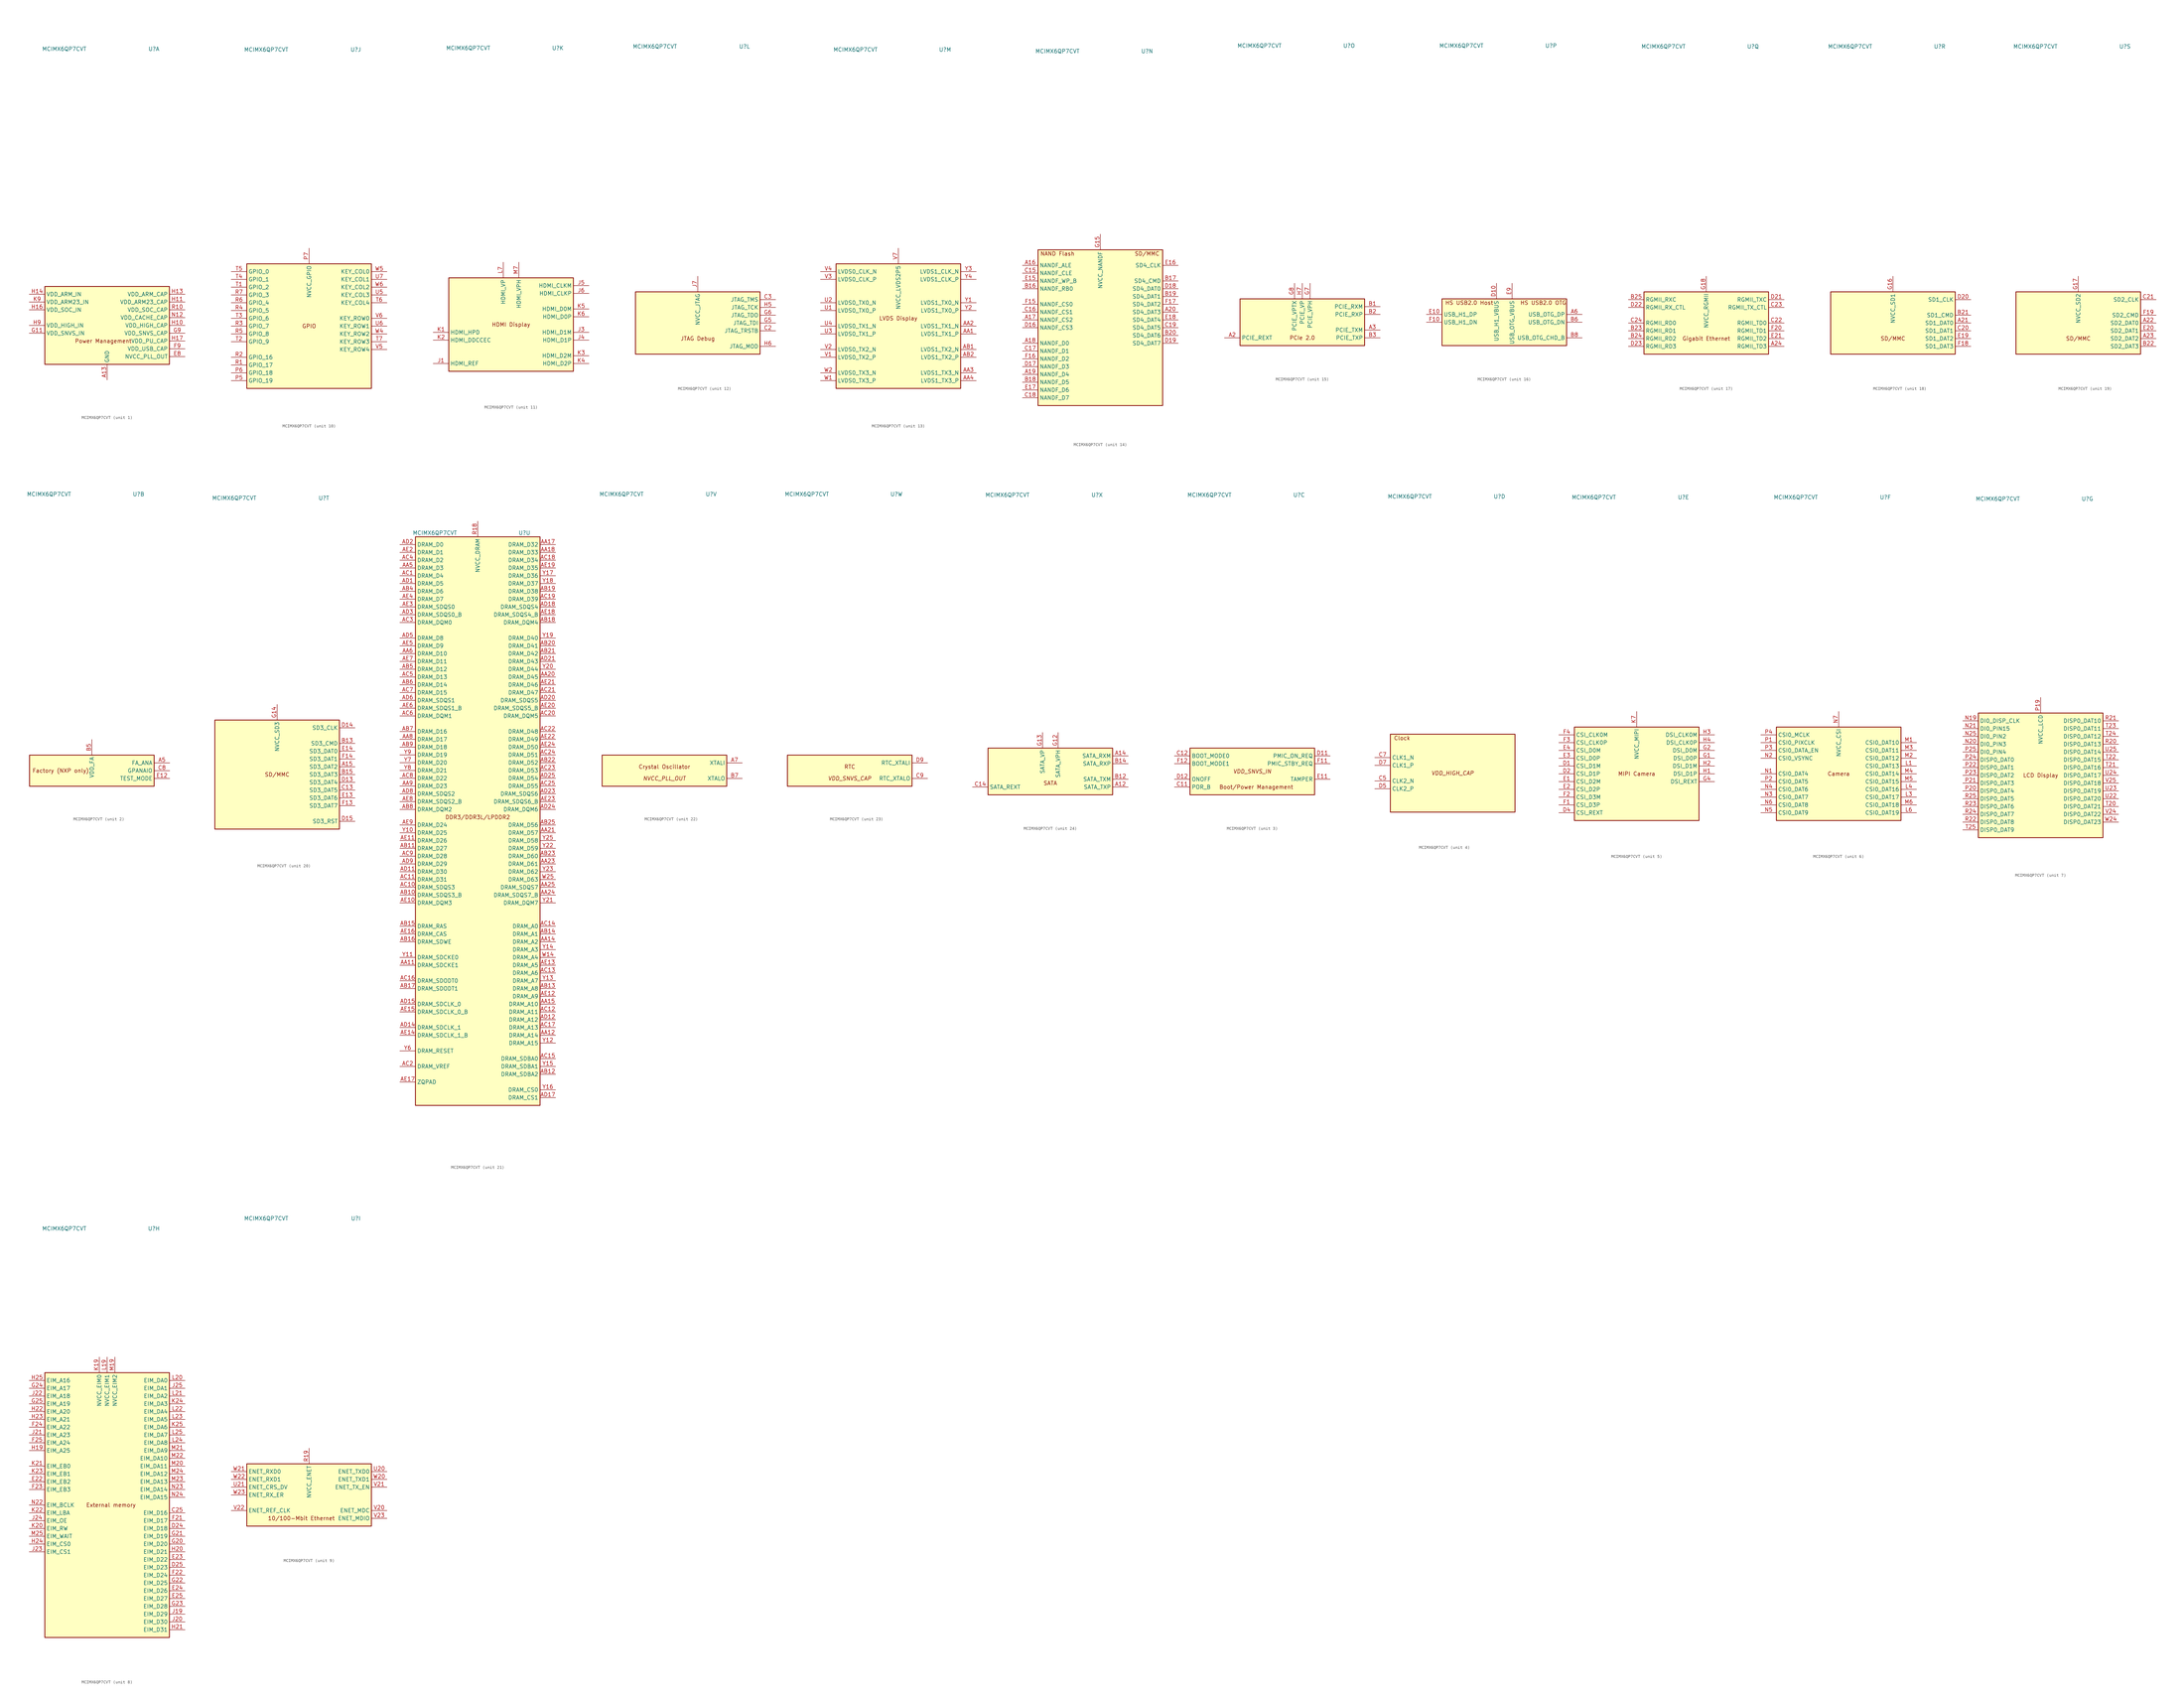
<source format=kicad_sym>
(kicad_symbol_lib
  (version 20201005)
  (generator kicad_symbol_editor)
  (symbol "CPU_NXP_IMX:MCIMX6QP7CVT"
    (property "Reference" "U"
      (at 15.24 90.17 0)
      (effects (font (size 1.27 1.27))))
    (property "Value" "MCIMX6QP7CVT"
      (at -13.97 90.17 0)
      (effects (font (size 1.27 1.27))))
    (property "ki_locked" ""
      (at 0 0 0)
      (effects (font (size 1.27 1.27))))
    (symbol "MCIMX6QP7CVT_1_0"
      (text "Power Management" (at -1.27 -5.08 0) (effects (font (size 1.27 1.27)))))
    (symbol "MCIMX6QP7CVT_1_1"
      (rectangle (start -20.32 12.7) (end 20.32 -12.7) (stroke (width 0.254)) (fill (type background)))
      (pin power_in line (at 0 -17.78 90) (length 5.08) (name "GND" (effects (font (size 1.27 1.27)))) (number "A13" (effects (font (size 1.27 1.27)))))
      (pin passive line (at 0 -17.78 90) (length 5.08) hide (name "GND" (effects (font (size 1.27 1.27)))) (number "A25" (effects (font (size 1.27 1.27)))))
      (pin passive line (at 0 -17.78 90) (length 5.08) hide (name "GND" (effects (font (size 1.27 1.27)))) (number "A4" (effects (font (size 1.27 1.27)))))
      (pin passive line (at 0 -17.78 90) (length 5.08) hide (name "GND" (effects (font (size 1.27 1.27)))) (number "A8" (effects (font (size 1.27 1.27)))))
      (pin passive line (at 0 -17.78 90) (length 5.08) hide (name "GND" (effects (font (size 1.27 1.27)))) (number "AA10" (effects (font (size 1.27 1.27)))))
      (pin passive line (at 0 -17.78 90) (length 5.08) hide (name "GND" (effects (font (size 1.27 1.27)))) (number "AA13" (effects (font (size 1.27 1.27)))))
      (pin passive line (at 0 -17.78 90) (length 5.08) hide (name "GND" (effects (font (size 1.27 1.27)))) (number "AA16" (effects (font (size 1.27 1.27)))))
      (pin passive line (at 0 -17.78 90) (length 5.08) hide (name "GND" (effects (font (size 1.27 1.27)))) (number "AA19" (effects (font (size 1.27 1.27)))))
      (pin passive line (at 0 -17.78 90) (length 5.08) hide (name "GND" (effects (font (size 1.27 1.27)))) (number "AA22" (effects (font (size 1.27 1.27)))))
      (pin passive line (at 0 -17.78 90) (length 5.08) hide (name "GND" (effects (font (size 1.27 1.27)))) (number "AA7" (effects (font (size 1.27 1.27)))))
      (pin passive line (at 0 -17.78 90) (length 5.08) hide (name "GND" (effects (font (size 1.27 1.27)))) (number "AB24" (effects (font (size 1.27 1.27)))))
      (pin passive line (at 0 -17.78 90) (length 5.08) hide (name "GND" (effects (font (size 1.27 1.27)))) (number "AB3" (effects (font (size 1.27 1.27)))))
      (pin passive line (at 0 -17.78 90) (length 5.08) hide (name "GND" (effects (font (size 1.27 1.27)))) (number "AD10" (effects (font (size 1.27 1.27)))))
      (pin passive line (at 0 -17.78 90) (length 5.08) hide (name "GND" (effects (font (size 1.27 1.27)))) (number "AD13" (effects (font (size 1.27 1.27)))))
      (pin passive line (at 0 -17.78 90) (length 5.08) hide (name "GND" (effects (font (size 1.27 1.27)))) (number "AD16" (effects (font (size 1.27 1.27)))))
      (pin passive line (at 0 -17.78 90) (length 5.08) hide (name "GND" (effects (font (size 1.27 1.27)))) (number "AD19" (effects (font (size 1.27 1.27)))))
      (pin passive line (at 0 -17.78 90) (length 5.08) hide (name "GND" (effects (font (size 1.27 1.27)))) (number "AD22" (effects (font (size 1.27 1.27)))))
      (pin passive line (at 0 -17.78 90) (length 5.08) hide (name "GND" (effects (font (size 1.27 1.27)))) (number "AD4" (effects (font (size 1.27 1.27)))))
      (pin passive line (at 0 -17.78 90) (length 5.08) hide (name "GND" (effects (font (size 1.27 1.27)))) (number "AD7" (effects (font (size 1.27 1.27)))))
      (pin passive line (at 0 -17.78 90) (length 5.08) hide (name "GND" (effects (font (size 1.27 1.27)))) (number "AE1" (effects (font (size 1.27 1.27)))))
      (pin passive line (at 0 -17.78 90) (length 5.08) hide (name "GND" (effects (font (size 1.27 1.27)))) (number "AE25" (effects (font (size 1.27 1.27)))))
      (pin passive line (at 0 -17.78 90) (length 5.08) hide (name "GND" (effects (font (size 1.27 1.27)))) (number "B4" (effects (font (size 1.27 1.27)))))
      (pin passive line (at 0 -17.78 90) (length 5.08) hide (name "GND" (effects (font (size 1.27 1.27)))) (number "C1" (effects (font (size 1.27 1.27)))))
      (pin passive line (at 0 -17.78 90) (length 5.08) hide (name "GND" (effects (font (size 1.27 1.27)))) (number "C10" (effects (font (size 1.27 1.27)))))
      (pin passive line (at 0 -17.78 90) (length 5.08) hide (name "GND" (effects (font (size 1.27 1.27)))) (number "C4" (effects (font (size 1.27 1.27)))))
      (pin passive line (at 0 -17.78 90) (length 5.08) hide (name "GND" (effects (font (size 1.27 1.27)))) (number "C6" (effects (font (size 1.27 1.27)))))
      (pin passive line (at 0 -17.78 90) (length 5.08) hide (name "GND" (effects (font (size 1.27 1.27)))) (number "D3" (effects (font (size 1.27 1.27)))))
      (pin passive line (at 0 -17.78 90) (length 5.08) hide (name "GND" (effects (font (size 1.27 1.27)))) (number "D6" (effects (font (size 1.27 1.27)))))
      (pin passive line (at 0 -17.78 90) (length 5.08) hide (name "GND" (effects (font (size 1.27 1.27)))) (number "D8" (effects (font (size 1.27 1.27)))))
      (pin passive line (at 0 -17.78 90) (length 5.08) hide (name "GND" (effects (font (size 1.27 1.27)))) (number "E5" (effects (font (size 1.27 1.27)))))
      (pin passive line (at 0 -17.78 90) (length 5.08) hide (name "GND" (effects (font (size 1.27 1.27)))) (number "E6" (effects (font (size 1.27 1.27)))))
      (pin passive line (at 0 -17.78 90) (length 5.08) hide (name "GND" (effects (font (size 1.27 1.27)))) (number "E7" (effects (font (size 1.27 1.27)))))
      (pin power_out line (at 25.4 -10.16 180) (length 5.08) (name "NVCC_PLL_OUT" (effects (font (size 1.27 1.27)))) (number "E8" (effects (font (size 1.27 1.27)))))
      (pin passive line (at 0 -17.78 90) (length 5.08) hide (name "GND" (effects (font (size 1.27 1.27)))) (number "F5" (effects (font (size 1.27 1.27)))))
      (pin passive line (at 0 -17.78 90) (length 5.08) hide (name "GND" (effects (font (size 1.27 1.27)))) (number "F6" (effects (font (size 1.27 1.27)))))
      (pin passive line (at 0 -17.78 90) (length 5.08) hide (name "GND" (effects (font (size 1.27 1.27)))) (number "F7" (effects (font (size 1.27 1.27)))))
      (pin passive line (at 0 -17.78 90) (length 5.08) hide (name "GND" (effects (font (size 1.27 1.27)))) (number "F8" (effects (font (size 1.27 1.27)))))
      (pin power_out line (at 25.4 -7.62 180) (length 5.08) (name "VDD_USB_CAP" (effects (font (size 1.27 1.27)))) (number "F9" (effects (font (size 1.27 1.27)))))
      (pin passive line (at 0 -17.78 90) (length 5.08) hide (name "GND" (effects (font (size 1.27 1.27)))) (number "G10" (effects (font (size 1.27 1.27)))))
      (pin power_in line (at -25.4 -2.54 0) (length 5.08) (name "VDD_SNVS_IN" (effects (font (size 1.27 1.27)))) (number "G11" (effects (font (size 1.27 1.27)))))
      (pin passive line (at 0 -17.78 90) (length 5.08) hide (name "GND" (effects (font (size 1.27 1.27)))) (number "G19" (effects (font (size 1.27 1.27)))))
      (pin passive line (at 0 -17.78 90) (length 5.08) hide (name "GND" (effects (font (size 1.27 1.27)))) (number "G3" (effects (font (size 1.27 1.27)))))
      (pin power_out line (at 25.4 -2.54 180) (length 5.08) (name "VDD_SNVS_CAP" (effects (font (size 1.27 1.27)))) (number "G9" (effects (font (size 1.27 1.27)))))
      (pin power_out line (at 25.4 0 180) (length 5.08) (name "VDD_HIGH_CAP" (effects (font (size 1.27 1.27)))) (number "H10" (effects (font (size 1.27 1.27)))))
      (pin power_out line (at 25.4 7.62 180) (length 5.08) (name "VDD_ARM23_CAP" (effects (font (size 1.27 1.27)))) (number "H11" (effects (font (size 1.27 1.27)))))
      (pin passive line (at 0 -17.78 90) (length 5.08) hide (name "GND" (effects (font (size 1.27 1.27)))) (number "H12" (effects (font (size 1.27 1.27)))))
      (pin power_out line (at 25.4 10.16 180) (length 5.08) (name "VDD_ARM_CAP" (effects (font (size 1.27 1.27)))) (number "H13" (effects (font (size 1.27 1.27)))))
      (pin power_in line (at -25.4 10.16 0) (length 5.08) (name "VDD_ARM_IN" (effects (font (size 1.27 1.27)))) (number "H14" (effects (font (size 1.27 1.27)))))
      (pin passive line (at 0 -17.78 90) (length 5.08) hide (name "GND" (effects (font (size 1.27 1.27)))) (number "H15" (effects (font (size 1.27 1.27)))))
      (pin power_in line (at -25.4 5.08 0) (length 5.08) (name "VDD_SOC_IN" (effects (font (size 1.27 1.27)))) (number "H16" (effects (font (size 1.27 1.27)))))
      (pin power_out line (at 25.4 -5.08 180) (length 5.08) (name "VDD_PU_CAP" (effects (font (size 1.27 1.27)))) (number "H17" (effects (font (size 1.27 1.27)))))
      (pin passive line (at 0 -17.78 90) (length 5.08) hide (name "GND" (effects (font (size 1.27 1.27)))) (number "H18" (effects (font (size 1.27 1.27)))))
      (pin passive line (at 0 -17.78 90) (length 5.08) hide (name "GND" (effects (font (size 1.27 1.27)))) (number "H8" (effects (font (size 1.27 1.27)))))
      (pin power_in line (at -25.4 0 0) (length 5.08) (name "VDD_HIGH_IN" (effects (font (size 1.27 1.27)))) (number "H9" (effects (font (size 1.27 1.27)))))
      (pin passive line (at 25.4 0 180) (length 5.08) hide (name "VDD_HIGH_CAP" (effects (font (size 1.27 1.27)))) (number "J10" (effects (font (size 1.27 1.27)))))
      (pin passive line (at 25.4 7.62 180) (length 5.08) hide (name "VDD_ARM23_CAP" (effects (font (size 1.27 1.27)))) (number "J11" (effects (font (size 1.27 1.27)))))
      (pin passive line (at 0 -17.78 90) (length 5.08) hide (name "GND" (effects (font (size 1.27 1.27)))) (number "J12" (effects (font (size 1.27 1.27)))))
      (pin passive line (at 25.4 10.16 180) (length 5.08) hide (name "VDD_ARM_CAP" (effects (font (size 1.27 1.27)))) (number "J13" (effects (font (size 1.27 1.27)))))
      (pin passive line (at -25.4 10.16 0) (length 5.08) hide (name "VDD_ARM_IN" (effects (font (size 1.27 1.27)))) (number "J14" (effects (font (size 1.27 1.27)))))
      (pin passive line (at 0 -17.78 90) (length 5.08) hide (name "GND" (effects (font (size 1.27 1.27)))) (number "J15" (effects (font (size 1.27 1.27)))))
      (pin passive line (at -25.4 5.08 0) (length 5.08) hide (name "VDD_SOC_IN" (effects (font (size 1.27 1.27)))) (number "J16" (effects (font (size 1.27 1.27)))))
      (pin passive line (at 25.4 -5.08 180) (length 5.08) hide (name "VDD_PU_CAP" (effects (font (size 1.27 1.27)))) (number "J17" (effects (font (size 1.27 1.27)))))
      (pin passive line (at 0 -17.78 90) (length 5.08) hide (name "GND" (effects (font (size 1.27 1.27)))) (number "J18" (effects (font (size 1.27 1.27)))))
      (pin passive line (at 0 -17.78 90) (length 5.08) hide (name "GND" (effects (font (size 1.27 1.27)))) (number "J2" (effects (font (size 1.27 1.27)))))
      (pin passive line (at 0 -17.78 90) (length 5.08) hide (name "GND" (effects (font (size 1.27 1.27)))) (number "J8" (effects (font (size 1.27 1.27)))))
      (pin passive line (at -25.4 0 0) (length 5.08) hide (name "VDD_HIGH_IN" (effects (font (size 1.27 1.27)))) (number "J9" (effects (font (size 1.27 1.27)))))
      (pin passive line (at 0 -17.78 90) (length 5.08) hide (name "GND" (effects (font (size 1.27 1.27)))) (number "K10" (effects (font (size 1.27 1.27)))))
      (pin passive line (at 25.4 7.62 180) (length 5.08) hide (name "VDD_ARM23_CAP" (effects (font (size 1.27 1.27)))) (number "K11" (effects (font (size 1.27 1.27)))))
      (pin passive line (at 0 -17.78 90) (length 5.08) hide (name "GND" (effects (font (size 1.27 1.27)))) (number "K12" (effects (font (size 1.27 1.27)))))
      (pin passive line (at 25.4 10.16 180) (length 5.08) hide (name "VDD_ARM_CAP" (effects (font (size 1.27 1.27)))) (number "K13" (effects (font (size 1.27 1.27)))))
      (pin passive line (at -25.4 10.16 0) (length 5.08) hide (name "VDD_ARM_IN" (effects (font (size 1.27 1.27)))) (number "K14" (effects (font (size 1.27 1.27)))))
      (pin passive line (at 0 -17.78 90) (length 5.08) hide (name "GND" (effects (font (size 1.27 1.27)))) (number "K15" (effects (font (size 1.27 1.27)))))
      (pin passive line (at -25.4 5.08 0) (length 5.08) hide (name "VDD_SOC_IN" (effects (font (size 1.27 1.27)))) (number "K16" (effects (font (size 1.27 1.27)))))
      (pin passive line (at 25.4 -5.08 180) (length 5.08) hide (name "VDD_PU_CAP" (effects (font (size 1.27 1.27)))) (number "K17" (effects (font (size 1.27 1.27)))))
      (pin passive line (at 0 -17.78 90) (length 5.08) hide (name "GND" (effects (font (size 1.27 1.27)))) (number "K18" (effects (font (size 1.27 1.27)))))
      (pin passive line (at 0 -17.78 90) (length 5.08) hide (name "GND" (effects (font (size 1.27 1.27)))) (number "K8" (effects (font (size 1.27 1.27)))))
      (pin power_in line (at -25.4 7.62 0) (length 5.08) (name "VDD_ARM23_IN" (effects (font (size 1.27 1.27)))) (number "K9" (effects (font (size 1.27 1.27)))))
      (pin passive line (at 0 -17.78 90) (length 5.08) hide (name "GND" (effects (font (size 1.27 1.27)))) (number "L10" (effects (font (size 1.27 1.27)))))
      (pin passive line (at 25.4 7.62 180) (length 5.08) hide (name "VDD_ARM23_CAP" (effects (font (size 1.27 1.27)))) (number "L11" (effects (font (size 1.27 1.27)))))
      (pin passive line (at 0 -17.78 90) (length 5.08) hide (name "GND" (effects (font (size 1.27 1.27)))) (number "L12" (effects (font (size 1.27 1.27)))))
      (pin passive line (at 25.4 10.16 180) (length 5.08) hide (name "VDD_ARM_CAP" (effects (font (size 1.27 1.27)))) (number "L13" (effects (font (size 1.27 1.27)))))
      (pin passive line (at -25.4 10.16 0) (length 5.08) hide (name "VDD_ARM_IN" (effects (font (size 1.27 1.27)))) (number "L14" (effects (font (size 1.27 1.27)))))
      (pin passive line (at 0 -17.78 90) (length 5.08) hide (name "GND" (effects (font (size 1.27 1.27)))) (number "L15" (effects (font (size 1.27 1.27)))))
      (pin passive line (at -25.4 5.08 0) (length 5.08) hide (name "VDD_SOC_IN" (effects (font (size 1.27 1.27)))) (number "L16" (effects (font (size 1.27 1.27)))))
      (pin passive line (at 25.4 -5.08 180) (length 5.08) hide (name "VDD_PU_CAP" (effects (font (size 1.27 1.27)))) (number "L17" (effects (font (size 1.27 1.27)))))
      (pin passive line (at 0 -17.78 90) (length 5.08) hide (name "GND" (effects (font (size 1.27 1.27)))) (number "L18" (effects (font (size 1.27 1.27)))))
      (pin passive line (at 0 -17.78 90) (length 5.08) hide (name "GND" (effects (font (size 1.27 1.27)))) (number "L2" (effects (font (size 1.27 1.27)))))
      (pin passive line (at 0 -17.78 90) (length 5.08) hide (name "GND" (effects (font (size 1.27 1.27)))) (number "L5" (effects (font (size 1.27 1.27)))))
      (pin passive line (at 0 -17.78 90) (length 5.08) hide (name "GND" (effects (font (size 1.27 1.27)))) (number "L8" (effects (font (size 1.27 1.27)))))
      (pin passive line (at -25.4 7.62 0) (length 5.08) hide (name "VDD_ARM23_IN" (effects (font (size 1.27 1.27)))) (number "L9" (effects (font (size 1.27 1.27)))))
      (pin passive line (at 0 -17.78 90) (length 5.08) hide (name "GND" (effects (font (size 1.27 1.27)))) (number "M10" (effects (font (size 1.27 1.27)))))
      (pin passive line (at 25.4 7.62 180) (length 5.08) hide (name "VDD_ARM23_CAP" (effects (font (size 1.27 1.27)))) (number "M11" (effects (font (size 1.27 1.27)))))
      (pin passive line (at 0 -17.78 90) (length 5.08) hide (name "GND" (effects (font (size 1.27 1.27)))) (number "M12" (effects (font (size 1.27 1.27)))))
      (pin passive line (at 25.4 10.16 180) (length 5.08) hide (name "VDD_ARM_CAP" (effects (font (size 1.27 1.27)))) (number "M13" (effects (font (size 1.27 1.27)))))
      (pin passive line (at -25.4 10.16 0) (length 5.08) hide (name "VDD_ARM_IN" (effects (font (size 1.27 1.27)))) (number "M14" (effects (font (size 1.27 1.27)))))
      (pin passive line (at 0 -17.78 90) (length 5.08) hide (name "GND" (effects (font (size 1.27 1.27)))) (number "M15" (effects (font (size 1.27 1.27)))))
      (pin passive line (at -25.4 5.08 0) (length 5.08) hide (name "VDD_SOC_IN" (effects (font (size 1.27 1.27)))) (number "M16" (effects (font (size 1.27 1.27)))))
      (pin passive line (at 25.4 -5.08 180) (length 5.08) hide (name "VDD_PU_CAP" (effects (font (size 1.27 1.27)))) (number "M17" (effects (font (size 1.27 1.27)))))
      (pin passive line (at 0 -17.78 90) (length 5.08) hide (name "GND" (effects (font (size 1.27 1.27)))) (number "M18" (effects (font (size 1.27 1.27)))))
      (pin passive line (at 0 -17.78 90) (length 5.08) hide (name "GND" (effects (font (size 1.27 1.27)))) (number "M8" (effects (font (size 1.27 1.27)))))
      (pin passive line (at -25.4 7.62 0) (length 5.08) hide (name "VDD_ARM23_IN" (effects (font (size 1.27 1.27)))) (number "M9" (effects (font (size 1.27 1.27)))))
      (pin passive line (at 0 -17.78 90) (length 5.08) hide (name "GND" (effects (font (size 1.27 1.27)))) (number "N10" (effects (font (size 1.27 1.27)))))
      (pin passive line (at 25.4 7.62 180) (length 5.08) hide (name "VDD_ARM23_CAP" (effects (font (size 1.27 1.27)))) (number "N11" (effects (font (size 1.27 1.27)))))
      (pin power_in line (at 25.4 2.54 180) (length 5.08) (name "VDD_CACHE_CAP" (effects (font (size 1.27 1.27)))) (number "N12" (effects (font (size 1.27 1.27)))))
      (pin passive line (at 25.4 10.16 180) (length 5.08) hide (name "VDD_ARM_CAP" (effects (font (size 1.27 1.27)))) (number "N13" (effects (font (size 1.27 1.27)))))
      (pin passive line (at -25.4 10.16 0) (length 5.08) hide (name "VDD_ARM_IN" (effects (font (size 1.27 1.27)))) (number "N14" (effects (font (size 1.27 1.27)))))
      (pin passive line (at 0 -17.78 90) (length 5.08) hide (name "GND" (effects (font (size 1.27 1.27)))) (number "N15" (effects (font (size 1.27 1.27)))))
      (pin passive line (at -25.4 5.08 0) (length 5.08) hide (name "VDD_SOC_IN" (effects (font (size 1.27 1.27)))) (number "N16" (effects (font (size 1.27 1.27)))))
      (pin passive line (at 25.4 -5.08 180) (length 5.08) hide (name "VDD_PU_CAP" (effects (font (size 1.27 1.27)))) (number "N17" (effects (font (size 1.27 1.27)))))
      (pin passive line (at 0 -17.78 90) (length 5.08) hide (name "GND" (effects (font (size 1.27 1.27)))) (number "N18" (effects (font (size 1.27 1.27)))))
      (pin passive line (at 0 -17.78 90) (length 5.08) hide (name "GND" (effects (font (size 1.27 1.27)))) (number "N8" (effects (font (size 1.27 1.27)))))
      (pin passive line (at -25.4 7.62 0) (length 5.08) hide (name "VDD_ARM23_IN" (effects (font (size 1.27 1.27)))) (number "N9" (effects (font (size 1.27 1.27)))))
      (pin passive line (at 0 -17.78 90) (length 5.08) hide (name "GND" (effects (font (size 1.27 1.27)))) (number "P10" (effects (font (size 1.27 1.27)))))
      (pin passive line (at 25.4 7.62 180) (length 5.08) hide (name "VDD_ARM23_CAP" (effects (font (size 1.27 1.27)))) (number "P11" (effects (font (size 1.27 1.27)))))
      (pin passive line (at 0 -17.78 90) (length 5.08) hide (name "GND" (effects (font (size 1.27 1.27)))) (number "P12" (effects (font (size 1.27 1.27)))))
      (pin passive line (at 25.4 10.16 180) (length 5.08) hide (name "VDD_ARM_CAP" (effects (font (size 1.27 1.27)))) (number "P13" (effects (font (size 1.27 1.27)))))
      (pin passive line (at -25.4 10.16 0) (length 5.08) hide (name "VDD_ARM_IN" (effects (font (size 1.27 1.27)))) (number "P14" (effects (font (size 1.27 1.27)))))
      (pin passive line (at 0 -17.78 90) (length 5.08) hide (name "GND" (effects (font (size 1.27 1.27)))) (number "P15" (effects (font (size 1.27 1.27)))))
      (pin passive line (at -25.4 5.08 0) (length 5.08) hide (name "VDD_SOC_IN" (effects (font (size 1.27 1.27)))) (number "P16" (effects (font (size 1.27 1.27)))))
      (pin passive line (at 25.4 -5.08 180) (length 5.08) hide (name "VDD_PU_CAP" (effects (font (size 1.27 1.27)))) (number "P17" (effects (font (size 1.27 1.27)))))
      (pin passive line (at 0 -17.78 90) (length 5.08) hide (name "GND" (effects (font (size 1.27 1.27)))) (number "P18" (effects (font (size 1.27 1.27)))))
      (pin passive line (at 0 -17.78 90) (length 5.08) hide (name "GND" (effects (font (size 1.27 1.27)))) (number "P8" (effects (font (size 1.27 1.27)))))
      (pin passive line (at -25.4 7.62 0) (length 5.08) hide (name "VDD_ARM23_IN" (effects (font (size 1.27 1.27)))) (number "P9" (effects (font (size 1.27 1.27)))))
      (pin power_out line (at 25.4 5.08 180) (length 5.08) (name "VDD_SOC_CAP" (effects (font (size 1.27 1.27)))) (number "R10" (effects (font (size 1.27 1.27)))))
      (pin passive line (at 25.4 7.62 180) (length 5.08) hide (name "VDD_ARM23_CAP" (effects (font (size 1.27 1.27)))) (number "R11" (effects (font (size 1.27 1.27)))))
      (pin passive line (at 0 -17.78 90) (length 5.08) hide (name "GND" (effects (font (size 1.27 1.27)))) (number "R12" (effects (font (size 1.27 1.27)))))
      (pin passive line (at 25.4 10.16 180) (length 5.08) hide (name "VDD_ARM_CAP" (effects (font (size 1.27 1.27)))) (number "R13" (effects (font (size 1.27 1.27)))))
      (pin passive line (at -25.4 10.16 0) (length 5.08) hide (name "VDD_ARM_IN" (effects (font (size 1.27 1.27)))) (number "R14" (effects (font (size 1.27 1.27)))))
      (pin passive line (at 0 -17.78 90) (length 5.08) hide (name "GND" (effects (font (size 1.27 1.27)))) (number "R15" (effects (font (size 1.27 1.27)))))
      (pin passive line (at -25.4 5.08 0) (length 5.08) hide (name "VDD_SOC_IN" (effects (font (size 1.27 1.27)))) (number "R16" (effects (font (size 1.27 1.27)))))
      (pin passive line (at 0 -17.78 90) (length 5.08) hide (name "GND" (effects (font (size 1.27 1.27)))) (number "R17" (effects (font (size 1.27 1.27)))))
      (pin passive line (at 0 -17.78 90) (length 5.08) hide (name "GND" (effects (font (size 1.27 1.27)))) (number "R8" (effects (font (size 1.27 1.27)))))
      (pin passive line (at -25.4 7.62 0) (length 5.08) hide (name "VDD_ARM23_IN" (effects (font (size 1.27 1.27)))) (number "R9" (effects (font (size 1.27 1.27)))))
      (pin passive line (at 25.4 5.08 180) (length 5.08) hide (name "VDD_SOC_CAP" (effects (font (size 1.27 1.27)))) (number "T10" (effects (font (size 1.27 1.27)))))
      (pin passive line (at 0 -17.78 90) (length 5.08) hide (name "GND" (effects (font (size 1.27 1.27)))) (number "T11" (effects (font (size 1.27 1.27)))))
      (pin passive line (at 0 -17.78 90) (length 5.08) hide (name "GND" (effects (font (size 1.27 1.27)))) (number "T12" (effects (font (size 1.27 1.27)))))
      (pin passive line (at 25.4 5.08 180) (length 5.08) hide (name "VDD_SOC_CAP" (effects (font (size 1.27 1.27)))) (number "T13" (effects (font (size 1.27 1.27)))))
      (pin passive line (at 25.4 5.08 180) (length 5.08) hide (name "VDD_SOC_CAP" (effects (font (size 1.27 1.27)))) (number "T14" (effects (font (size 1.27 1.27)))))
      (pin passive line (at 0 -17.78 90) (length 5.08) hide (name "GND" (effects (font (size 1.27 1.27)))) (number "T15" (effects (font (size 1.27 1.27)))))
      (pin passive line (at -25.4 5.08 0) (length 5.08) hide (name "VDD_SOC_IN" (effects (font (size 1.27 1.27)))) (number "T16" (effects (font (size 1.27 1.27)))))
      (pin passive line (at 0 -17.78 90) (length 5.08) hide (name "GND" (effects (font (size 1.27 1.27)))) (number "T17" (effects (font (size 1.27 1.27)))))
      (pin passive line (at 0 -17.78 90) (length 5.08) hide (name "GND" (effects (font (size 1.27 1.27)))) (number "T19" (effects (font (size 1.27 1.27)))))
      (pin passive line (at 0 -17.78 90) (length 5.08) hide (name "GND" (effects (font (size 1.27 1.27)))) (number "T8" (effects (font (size 1.27 1.27)))))
      (pin passive line (at -25.4 7.62 0) (length 5.08) hide (name "VDD_ARM23_IN" (effects (font (size 1.27 1.27)))) (number "T9" (effects (font (size 1.27 1.27)))))
      (pin passive line (at 25.4 5.08 180) (length 5.08) hide (name "VDD_SOC_CAP" (effects (font (size 1.27 1.27)))) (number "U10" (effects (font (size 1.27 1.27)))))
      (pin passive line (at 0 -17.78 90) (length 5.08) hide (name "GND" (effects (font (size 1.27 1.27)))) (number "U11" (effects (font (size 1.27 1.27)))))
      (pin passive line (at 0 -17.78 90) (length 5.08) hide (name "GND" (effects (font (size 1.27 1.27)))) (number "U12" (effects (font (size 1.27 1.27)))))
      (pin passive line (at 25.4 5.08 180) (length 5.08) hide (name "VDD_SOC_CAP" (effects (font (size 1.27 1.27)))) (number "U13" (effects (font (size 1.27 1.27)))))
      (pin passive line (at 25.4 5.08 180) (length 5.08) hide (name "VDD_SOC_CAP" (effects (font (size 1.27 1.27)))) (number "U14" (effects (font (size 1.27 1.27)))))
      (pin passive line (at 0 -17.78 90) (length 5.08) hide (name "GND" (effects (font (size 1.27 1.27)))) (number "U15" (effects (font (size 1.27 1.27)))))
      (pin passive line (at -25.4 5.08 0) (length 5.08) hide (name "VDD_SOC_IN" (effects (font (size 1.27 1.27)))) (number "U16" (effects (font (size 1.27 1.27)))))
      (pin passive line (at 0 -17.78 90) (length 5.08) hide (name "GND" (effects (font (size 1.27 1.27)))) (number "U17" (effects (font (size 1.27 1.27)))))
      (pin passive line (at 0 -17.78 90) (length 5.08) hide (name "GND" (effects (font (size 1.27 1.27)))) (number "U19" (effects (font (size 1.27 1.27)))))
      (pin passive line (at 0 -17.78 90) (length 5.08) hide (name "GND" (effects (font (size 1.27 1.27)))) (number "U8" (effects (font (size 1.27 1.27)))))
      (pin passive line (at -25.4 7.62 0) (length 5.08) hide (name "VDD_ARM23_IN" (effects (font (size 1.27 1.27)))) (number "U9" (effects (font (size 1.27 1.27)))))
      (pin passive line (at 0 -17.78 90) (length 5.08) hide (name "GND" (effects (font (size 1.27 1.27)))) (number "V19" (effects (font (size 1.27 1.27)))))
      (pin passive line (at 0 -17.78 90) (length 5.08) hide (name "GND" (effects (font (size 1.27 1.27)))) (number "V8" (effects (font (size 1.27 1.27)))))
      (pin passive line (at 0 -17.78 90) (length 5.08) hide (name "GND" (effects (font (size 1.27 1.27)))) (number "W10" (effects (font (size 1.27 1.27)))))
      (pin passive line (at 0 -17.78 90) (length 5.08) hide (name "GND" (effects (font (size 1.27 1.27)))) (number "W11" (effects (font (size 1.27 1.27)))))
      (pin passive line (at 0 -17.78 90) (length 5.08) hide (name "GND" (effects (font (size 1.27 1.27)))) (number "W12" (effects (font (size 1.27 1.27)))))
      (pin passive line (at 0 -17.78 90) (length 5.08) hide (name "GND" (effects (font (size 1.27 1.27)))) (number "W13" (effects (font (size 1.27 1.27)))))
      (pin passive line (at 0 -17.78 90) (length 5.08) hide (name "GND" (effects (font (size 1.27 1.27)))) (number "W15" (effects (font (size 1.27 1.27)))))
      (pin passive line (at 0 -17.78 90) (length 5.08) hide (name "GND" (effects (font (size 1.27 1.27)))) (number "W16" (effects (font (size 1.27 1.27)))))
      (pin passive line (at 0 -17.78 90) (length 5.08) hide (name "GND" (effects (font (size 1.27 1.27)))) (number "W17" (effects (font (size 1.27 1.27)))))
      (pin passive line (at 0 -17.78 90) (length 5.08) hide (name "GND" (effects (font (size 1.27 1.27)))) (number "W18" (effects (font (size 1.27 1.27)))))
      (pin passive line (at 0 -17.78 90) (length 5.08) hide (name "GND" (effects (font (size 1.27 1.27)))) (number "W19" (effects (font (size 1.27 1.27)))))
      (pin passive line (at 0 -17.78 90) (length 5.08) hide (name "GND" (effects (font (size 1.27 1.27)))) (number "W3" (effects (font (size 1.27 1.27)))))
      (pin passive line (at 0 -17.78 90) (length 5.08) hide (name "GND" (effects (font (size 1.27 1.27)))) (number "W7" (effects (font (size 1.27 1.27)))))
      (pin passive line (at 0 -17.78 90) (length 5.08) hide (name "GND" (effects (font (size 1.27 1.27)))) (number "W8" (effects (font (size 1.27 1.27)))))
      (pin passive line (at 0 -17.78 90) (length 5.08) hide (name "GND" (effects (font (size 1.27 1.27)))) (number "W9" (effects (font (size 1.27 1.27)))))
      (pin passive line (at 0 -17.78 90) (length 5.08) hide (name "GND" (effects (font (size 1.27 1.27)))) (number "Y24" (effects (font (size 1.27 1.27)))))
      (pin passive line (at 0 -17.78 90) (length 5.08) hide (name "GND" (effects (font (size 1.27 1.27)))) (number "Y5" (effects (font (size 1.27 1.27))))))
    (symbol "MCIMX6QP7CVT_2_0"
      (text "Factory (NXP only)" (at -10.16 0 0) (effects (font (size 1.27 1.27)))))
    (symbol "MCIMX6QP7CVT_2_1"
      (rectangle (start -20.32 5.08) (end 20.32 -5.08) (stroke (width 0.254)) (fill (type background)))
      (pin passive line (at 25.4 2.54 180) (length 5.08) (name "FA_ANA" (effects (font (size 1.27 1.27)))) (number "A5" (effects (font (size 1.27 1.27)))))
      (pin passive line (at 0 10.16 270) (length 5.08) (name "VDD_FA" (effects (font (size 1.27 1.27)))) (number "B5" (effects (font (size 1.27 1.27)))))
      (pin passive line (at 25.4 0 180) (length 5.08) (name "GPANAIO" (effects (font (size 1.27 1.27)))) (number "C8" (effects (font (size 1.27 1.27)))))
      (pin passive line (at 25.4 -2.54 180) (length 5.08) (name "TEST_MODE" (effects (font (size 1.27 1.27)))) (number "E12" (effects (font (size 1.27 1.27))))))
    (symbol "MCIMX6QP7CVT_3_0"
      (text "Boot/Power Management" (at 1.27 -5.08 0) (effects (font (size 1.27 1.27)))))
    (symbol "MCIMX6QP7CVT_3_1"
      (text "VDD_SNVS_IN" (at 0 0 0) (effects (font (size 1.27 1.27) italic)))
      (rectangle (start -20.32 7.62) (end 20.32 -7.62) (stroke (width 0.254)) (fill (type background)))
      (pin input line (at -25.4 -5.08 0) (length 5.08) (name "POR_B" (effects (font (size 1.27 1.27)))) (number "C11" (effects (font (size 1.27 1.27)))))
      (pin input line (at -25.4 5.08 0) (length 5.08) (name "BOOT_MODE0" (effects (font (size 1.27 1.27)))) (number "C12" (effects (font (size 1.27 1.27)))))
      (pin output line (at 25.4 5.08 180) (length 5.08) (name "PMIC_ON_REQ" (effects (font (size 1.27 1.27)))) (number "D11" (effects (font (size 1.27 1.27)))))
      (pin input line (at -25.4 -2.54 0) (length 5.08) (name "ONOFF" (effects (font (size 1.27 1.27)))) (number "D12" (effects (font (size 1.27 1.27)))))
      (pin input line (at 25.4 -2.54 180) (length 5.08) (name "TAMPER" (effects (font (size 1.27 1.27)))) (number "E11" (effects (font (size 1.27 1.27)))))
      (pin output line (at 25.4 2.54 180) (length 5.08) (name "PMIC_STBY_REQ" (effects (font (size 1.27 1.27)))) (number "F11" (effects (font (size 1.27 1.27)))))
      (pin input line (at -25.4 2.54 0) (length 5.08) (name "BOOT_MODE1" (effects (font (size 1.27 1.27)))) (number "F12" (effects (font (size 1.27 1.27))))))
    (symbol "MCIMX6QP7CVT_4_0"
      (text "Clock" (at -16.51 11.43 0) (effects (font (size 1.27 1.27)))))
    (symbol "MCIMX6QP7CVT_4_1"
      (text "VDD_HIGH_CAP" (at 0 0 0) (effects (font (size 1.27 1.27) italic)))
      (rectangle (start -20.32 12.7) (end 20.32 -12.7) (stroke (width 0.254)) (fill (type background)))
      (pin no_connect line (at 17.78 -2.54 180) (length 5.08) hide (name "NC" (effects (font (size 1.27 1.27)))) (number "A10" (effects (font (size 1.27 1.27)))))
      (pin no_connect line (at 17.78 7.62 180) (length 5.08) hide (name "NC" (effects (font (size 1.27 1.27)))) (number "A11" (effects (font (size 1.27 1.27)))))
      (pin no_connect line (at 17.78 -7.62 180) (length 5.08) hide (name "NC" (effects (font (size 1.27 1.27)))) (number "A9" (effects (font (size 1.27 1.27)))))
      (pin no_connect line (at 17.78 0 180) (length 5.08) hide (name "NC" (effects (font (size 1.27 1.27)))) (number "B10" (effects (font (size 1.27 1.27)))))
      (pin no_connect line (at 17.78 5.08 180) (length 5.08) hide (name "NC" (effects (font (size 1.27 1.27)))) (number "B11" (effects (font (size 1.27 1.27)))))
      (pin no_connect line (at 17.78 -10.16 180) (length 5.08) hide (name "NC" (effects (font (size 1.27 1.27)))) (number "B9" (effects (font (size 1.27 1.27)))))
      (pin bidirectional line (at -25.4 -2.54 0) (length 5.08) (name "CLK2_N" (effects (font (size 1.27 1.27)))) (number "C5" (effects (font (size 1.27 1.27)))))
      (pin bidirectional line (at -25.4 5.08 0) (length 5.08) (name "CLK1_N" (effects (font (size 1.27 1.27)))) (number "C7" (effects (font (size 1.27 1.27)))))
      (pin bidirectional line (at -25.4 -5.08 0) (length 5.08) (name "CLK2_P" (effects (font (size 1.27 1.27)))) (number "D5" (effects (font (size 1.27 1.27)))))
      (pin bidirectional line (at -25.4 2.54 0) (length 5.08) (name "CLK1_P" (effects (font (size 1.27 1.27)))) (number "D7" (effects (font (size 1.27 1.27))))))
    (symbol "MCIMX6QP7CVT_5_0"
      (text "MIPI Camera" (at 0 0 0) (effects (font (size 1.27 1.27)))))
    (symbol "MCIMX6QP7CVT_5_1"
      (rectangle (start -20.32 15.24) (end 20.32 -15.24) (stroke (width 0.254)) (fill (type background)))
      (pin input line (at -25.4 2.54 0) (length 5.08) (name "CSI_D1M" (effects (font (size 1.27 1.27)))) (number "D1" (effects (font (size 1.27 1.27)))))
      (pin input line (at -25.4 0 0) (length 5.08) (name "CSI_D1P" (effects (font (size 1.27 1.27)))) (number "D2" (effects (font (size 1.27 1.27)))))
      (pin passive line (at -25.4 -12.7 0) (length 5.08) (name "CSI_REXT" (effects (font (size 1.27 1.27)))) (number "D4" (effects (font (size 1.27 1.27)))))
      (pin input line (at -25.4 -2.54 0) (length 5.08) (name "CSI_D2M" (effects (font (size 1.27 1.27)))) (number "E1" (effects (font (size 1.27 1.27)))))
      (pin input line (at -25.4 -5.08 0) (length 5.08) (name "CSI_D2P" (effects (font (size 1.27 1.27)))) (number "E2" (effects (font (size 1.27 1.27)))))
      (pin input line (at -25.4 5.08 0) (length 5.08) (name "CSI_D0P" (effects (font (size 1.27 1.27)))) (number "E3" (effects (font (size 1.27 1.27)))))
      (pin input line (at -25.4 7.62 0) (length 5.08) (name "CSI_D0M" (effects (font (size 1.27 1.27)))) (number "E4" (effects (font (size 1.27 1.27)))))
      (pin input line (at -25.4 -10.16 0) (length 5.08) (name "CSI_D3P" (effects (font (size 1.27 1.27)))) (number "F1" (effects (font (size 1.27 1.27)))))
      (pin input line (at -25.4 -7.62 0) (length 5.08) (name "CSI_D3M" (effects (font (size 1.27 1.27)))) (number "F2" (effects (font (size 1.27 1.27)))))
      (pin input line (at -25.4 10.16 0) (length 5.08) (name "CSI_CLK0P" (effects (font (size 1.27 1.27)))) (number "F3" (effects (font (size 1.27 1.27)))))
      (pin input line (at -25.4 12.7 0) (length 5.08) (name "CSI_CLK0M" (effects (font (size 1.27 1.27)))) (number "F4" (effects (font (size 1.27 1.27)))))
      (pin output line (at 25.4 5.08 180) (length 5.08) (name "DSI_D0P" (effects (font (size 1.27 1.27)))) (number "G1" (effects (font (size 1.27 1.27)))))
      (pin output line (at 25.4 7.62 180) (length 5.08) (name "DSI_D0M" (effects (font (size 1.27 1.27)))) (number "G2" (effects (font (size 1.27 1.27)))))
      (pin passive line (at 25.4 -2.54 180) (length 5.08) (name "DSI_REXT" (effects (font (size 1.27 1.27)))) (number "G4" (effects (font (size 1.27 1.27)))))
      (pin output line (at 25.4 0 180) (length 5.08) (name "DSI_D1P" (effects (font (size 1.27 1.27)))) (number "H1" (effects (font (size 1.27 1.27)))))
      (pin output line (at 25.4 2.54 180) (length 5.08) (name "DSI_D1M" (effects (font (size 1.27 1.27)))) (number "H2" (effects (font (size 1.27 1.27)))))
      (pin output line (at 25.4 12.7 180) (length 5.08) (name "DSI_CLK0M" (effects (font (size 1.27 1.27)))) (number "H3" (effects (font (size 1.27 1.27)))))
      (pin output line (at 25.4 10.16 180) (length 5.08) (name "DSI_CLK0P" (effects (font (size 1.27 1.27)))) (number "H4" (effects (font (size 1.27 1.27)))))
      (pin power_in line (at 0 20.32 270) (length 5.08) (name "NVCC_MIPI" (effects (font (size 1.27 1.27)))) (number "K7" (effects (font (size 1.27 1.27))))))
    (symbol "MCIMX6QP7CVT_6_0"
      (text "Camera" (at 0 0 0) (effects (font (size 1.27 1.27)))))
    (symbol "MCIMX6QP7CVT_6_1"
      (rectangle (start -20.32 15.24) (end 20.32 -15.24) (stroke (width 0.254)) (fill (type background)))
      (pin bidirectional line (at 25.4 2.54 180) (length 5.08) (name "CSI0_DAT13" (effects (font (size 1.27 1.27)))) (number "L1" (effects (font (size 1.27 1.27)))))
      (pin bidirectional line (at 25.4 -7.62 180) (length 5.08) (name "CSI0_DAT17" (effects (font (size 1.27 1.27)))) (number "L3" (effects (font (size 1.27 1.27)))))
      (pin bidirectional line (at 25.4 -5.08 180) (length 5.08) (name "CSI0_DAT16" (effects (font (size 1.27 1.27)))) (number "L4" (effects (font (size 1.27 1.27)))))
      (pin bidirectional line (at 25.4 -12.7 180) (length 5.08) (name "CSI0_DAT19" (effects (font (size 1.27 1.27)))) (number "L6" (effects (font (size 1.27 1.27)))))
      (pin bidirectional line (at 25.4 10.16 180) (length 5.08) (name "CSI0_DAT10" (effects (font (size 1.27 1.27)))) (number "M1" (effects (font (size 1.27 1.27)))))
      (pin bidirectional line (at 25.4 5.08 180) (length 5.08) (name "CSI0_DAT12" (effects (font (size 1.27 1.27)))) (number "M2" (effects (font (size 1.27 1.27)))))
      (pin bidirectional line (at 25.4 7.62 180) (length 5.08) (name "CSI0_DAT11" (effects (font (size 1.27 1.27)))) (number "M3" (effects (font (size 1.27 1.27)))))
      (pin bidirectional line (at 25.4 0 180) (length 5.08) (name "CSI0_DAT14" (effects (font (size 1.27 1.27)))) (number "M4" (effects (font (size 1.27 1.27)))))
      (pin bidirectional line (at 25.4 -2.54 180) (length 5.08) (name "CSI0_DAT15" (effects (font (size 1.27 1.27)))) (number "M5" (effects (font (size 1.27 1.27)))))
      (pin bidirectional line (at 25.4 -10.16 180) (length 5.08) (name "CSI0_DAT18" (effects (font (size 1.27 1.27)))) (number "M6" (effects (font (size 1.27 1.27)))))
      (pin bidirectional line (at -25.4 0 0) (length 5.08) (name "CSI0_DAT4" (effects (font (size 1.27 1.27)))) (number "N1" (effects (font (size 1.27 1.27)))))
      (pin bidirectional line (at -25.4 5.08 0) (length 5.08) (name "CSI0_VSYNC" (effects (font (size 1.27 1.27)))) (number "N2" (effects (font (size 1.27 1.27)))))
      (pin bidirectional line (at -25.4 -7.62 0) (length 5.08) (name "CSI0_DAT7" (effects (font (size 1.27 1.27)))) (number "N3" (effects (font (size 1.27 1.27)))))
      (pin bidirectional line (at -25.4 -5.08 0) (length 5.08) (name "CSI0_DAT6" (effects (font (size 1.27 1.27)))) (number "N4" (effects (font (size 1.27 1.27)))))
      (pin bidirectional line (at -25.4 -12.7 0) (length 5.08) (name "CSI0_DAT9" (effects (font (size 1.27 1.27)))) (number "N5" (effects (font (size 1.27 1.27)))))
      (pin bidirectional line (at -25.4 -10.16 0) (length 5.08) (name "CSI0_DAT8" (effects (font (size 1.27 1.27)))) (number "N6" (effects (font (size 1.27 1.27)))))
      (pin power_in line (at 0 20.32 270) (length 5.08) (name "NVCC_CSI" (effects (font (size 1.27 1.27)))) (number "N7" (effects (font (size 1.27 1.27)))))
      (pin bidirectional line (at -25.4 10.16 0) (length 5.08) (name "CSI0_PIXCLK" (effects (font (size 1.27 1.27)))) (number "P1" (effects (font (size 1.27 1.27)))))
      (pin bidirectional line (at -25.4 -2.54 0) (length 5.08) (name "CSI0_DAT5" (effects (font (size 1.27 1.27)))) (number "P2" (effects (font (size 1.27 1.27)))))
      (pin bidirectional line (at -25.4 7.62 0) (length 5.08) (name "CSI0_DATA_EN" (effects (font (size 1.27 1.27)))) (number "P3" (effects (font (size 1.27 1.27)))))
      (pin bidirectional line (at -25.4 12.7 0) (length 5.08) (name "CSI0_MCLK" (effects (font (size 1.27 1.27)))) (number "P4" (effects (font (size 1.27 1.27))))))
    (symbol "MCIMX6QP7CVT_7_0"
      (text "LCD Display" (at 0 0 0) (effects (font (size 1.27 1.27)))))
    (symbol "MCIMX6QP7CVT_7_1"
      (rectangle (start -20.32 20.32) (end 20.32 -20.32) (stroke (width 0.254)) (fill (type background)))
      (pin bidirectional line (at -25.4 17.78 0) (length 5.08) (name "DI0_DISP_CLK" (effects (font (size 1.27 1.27)))) (number "N19" (effects (font (size 1.27 1.27)))))
      (pin bidirectional line (at -25.4 10.16 0) (length 5.08) (name "DI0_PIN3" (effects (font (size 1.27 1.27)))) (number "N20" (effects (font (size 1.27 1.27)))))
      (pin bidirectional line (at -25.4 15.24 0) (length 5.08) (name "DI0_PIN15" (effects (font (size 1.27 1.27)))) (number "N21" (effects (font (size 1.27 1.27)))))
      (pin bidirectional line (at -25.4 12.7 0) (length 5.08) (name "DI0_PIN2" (effects (font (size 1.27 1.27)))) (number "N25" (effects (font (size 1.27 1.27)))))
      (pin power_in line (at 0 25.4 270) (length 5.08) (name "NVCC_LCD" (effects (font (size 1.27 1.27)))) (number "P19" (effects (font (size 1.27 1.27)))))
      (pin bidirectional line (at -25.4 -5.08 0) (length 5.08) (name "DISP0_DAT4" (effects (font (size 1.27 1.27)))) (number "P20" (effects (font (size 1.27 1.27)))))
      (pin bidirectional line (at -25.4 -2.54 0) (length 5.08) (name "DISP0_DAT3" (effects (font (size 1.27 1.27)))) (number "P21" (effects (font (size 1.27 1.27)))))
      (pin bidirectional line (at -25.4 2.54 0) (length 5.08) (name "DISP0_DAT1" (effects (font (size 1.27 1.27)))) (number "P22" (effects (font (size 1.27 1.27)))))
      (pin bidirectional line (at -25.4 0 0) (length 5.08) (name "DISP0_DAT2" (effects (font (size 1.27 1.27)))) (number "P23" (effects (font (size 1.27 1.27)))))
      (pin bidirectional line (at -25.4 5.08 0) (length 5.08) (name "DISP0_DAT0" (effects (font (size 1.27 1.27)))) (number "P24" (effects (font (size 1.27 1.27)))))
      (pin bidirectional line (at -25.4 7.62 0) (length 5.08) (name "DI0_PIN4" (effects (font (size 1.27 1.27)))) (number "P25" (effects (font (size 1.27 1.27)))))
      (pin bidirectional line (at 25.4 10.16 180) (length 5.08) (name "DISP0_DAT13" (effects (font (size 1.27 1.27)))) (number "R20" (effects (font (size 1.27 1.27)))))
      (pin bidirectional line (at 25.4 17.78 180) (length 5.08) (name "DISP0_DAT10" (effects (font (size 1.27 1.27)))) (number "R21" (effects (font (size 1.27 1.27)))))
      (pin bidirectional line (at -25.4 -15.24 0) (length 5.08) (name "DISP0_DAT8" (effects (font (size 1.27 1.27)))) (number "R22" (effects (font (size 1.27 1.27)))))
      (pin bidirectional line (at -25.4 -10.16 0) (length 5.08) (name "DISP0_DAT6" (effects (font (size 1.27 1.27)))) (number "R23" (effects (font (size 1.27 1.27)))))
      (pin bidirectional line (at -25.4 -12.7 0) (length 5.08) (name "DISP0_DAT7" (effects (font (size 1.27 1.27)))) (number "R24" (effects (font (size 1.27 1.27)))))
      (pin bidirectional line (at -25.4 -7.62 0) (length 5.08) (name "DISP0_DAT5" (effects (font (size 1.27 1.27)))) (number "R25" (effects (font (size 1.27 1.27)))))
      (pin bidirectional line (at 25.4 -10.16 180) (length 5.08) (name "DISP0_DAT21" (effects (font (size 1.27 1.27)))) (number "T20" (effects (font (size 1.27 1.27)))))
      (pin bidirectional line (at 25.4 2.54 180) (length 5.08) (name "DISP0_DAT16" (effects (font (size 1.27 1.27)))) (number "T21" (effects (font (size 1.27 1.27)))))
      (pin bidirectional line (at 25.4 5.08 180) (length 5.08) (name "DISP0_DAT15" (effects (font (size 1.27 1.27)))) (number "T22" (effects (font (size 1.27 1.27)))))
      (pin bidirectional line (at 25.4 15.24 180) (length 5.08) (name "DISP0_DAT11" (effects (font (size 1.27 1.27)))) (number "T23" (effects (font (size 1.27 1.27)))))
      (pin bidirectional line (at 25.4 12.7 180) (length 5.08) (name "DISP0_DAT12" (effects (font (size 1.27 1.27)))) (number "T24" (effects (font (size 1.27 1.27)))))
      (pin bidirectional line (at -25.4 -17.78 0) (length 5.08) (name "DISP0_DAT9" (effects (font (size 1.27 1.27)))) (number "T25" (effects (font (size 1.27 1.27)))))
      (pin bidirectional line (at 25.4 -7.62 180) (length 5.08) (name "DISP0_DAT20" (effects (font (size 1.27 1.27)))) (number "U22" (effects (font (size 1.27 1.27)))))
      (pin bidirectional line (at 25.4 -5.08 180) (length 5.08) (name "DISP0_DAT19" (effects (font (size 1.27 1.27)))) (number "U23" (effects (font (size 1.27 1.27)))))
      (pin bidirectional line (at 25.4 0 180) (length 5.08) (name "DISP0_DAT17" (effects (font (size 1.27 1.27)))) (number "U24" (effects (font (size 1.27 1.27)))))
      (pin bidirectional line (at 25.4 7.62 180) (length 5.08) (name "DISP0_DAT14" (effects (font (size 1.27 1.27)))) (number "U25" (effects (font (size 1.27 1.27)))))
      (pin bidirectional line (at 25.4 -12.7 180) (length 5.08) (name "DISP0_DAT22" (effects (font (size 1.27 1.27)))) (number "V24" (effects (font (size 1.27 1.27)))))
      (pin bidirectional line (at 25.4 -2.54 180) (length 5.08) (name "DISP0_DAT18" (effects (font (size 1.27 1.27)))) (number "V25" (effects (font (size 1.27 1.27)))))
      (pin bidirectional line (at 25.4 -15.24 180) (length 5.08) (name "DISP0_DAT23" (effects (font (size 1.27 1.27)))) (number "W24" (effects (font (size 1.27 1.27))))))
    (symbol "MCIMX6QP7CVT_8_0"
      (text "External memory" (at 1.27 0 0) (effects (font (size 1.27 1.27)))))
    (symbol "MCIMX6QP7CVT_8_1"
      (rectangle (start -20.32 43.18) (end 20.32 -43.18) (stroke (width 0.254)) (fill (type background)))
      (pin bidirectional line (at 25.4 -2.54 180) (length 5.08) (name "EIM_D16" (effects (font (size 1.27 1.27)))) (number "C25" (effects (font (size 1.27 1.27)))))
      (pin bidirectional line (at 25.4 -7.62 180) (length 5.08) (name "EIM_D18" (effects (font (size 1.27 1.27)))) (number "D24" (effects (font (size 1.27 1.27)))))
      (pin bidirectional line (at 25.4 -20.32 180) (length 5.08) (name "EIM_D23" (effects (font (size 1.27 1.27)))) (number "D25" (effects (font (size 1.27 1.27)))))
      (pin bidirectional line (at -25.4 7.62 0) (length 5.08) (name "EIM_EB2" (effects (font (size 1.27 1.27)))) (number "E22" (effects (font (size 1.27 1.27)))))
      (pin bidirectional line (at 25.4 -17.78 180) (length 5.08) (name "EIM_D22" (effects (font (size 1.27 1.27)))) (number "E23" (effects (font (size 1.27 1.27)))))
      (pin bidirectional line (at 25.4 -27.94 180) (length 5.08) (name "EIM_D26" (effects (font (size 1.27 1.27)))) (number "E24" (effects (font (size 1.27 1.27)))))
      (pin bidirectional line (at 25.4 -30.48 180) (length 5.08) (name "EIM_D27" (effects (font (size 1.27 1.27)))) (number "E25" (effects (font (size 1.27 1.27)))))
      (pin bidirectional line (at 25.4 -5.08 180) (length 5.08) (name "EIM_D17" (effects (font (size 1.27 1.27)))) (number "F21" (effects (font (size 1.27 1.27)))))
      (pin bidirectional line (at 25.4 -22.86 180) (length 5.08) (name "EIM_D24" (effects (font (size 1.27 1.27)))) (number "F22" (effects (font (size 1.27 1.27)))))
      (pin bidirectional line (at -25.4 5.08 0) (length 5.08) (name "EIM_EB3" (effects (font (size 1.27 1.27)))) (number "F23" (effects (font (size 1.27 1.27)))))
      (pin bidirectional line (at -25.4 25.4 0) (length 5.08) (name "EIM_A22" (effects (font (size 1.27 1.27)))) (number "F24" (effects (font (size 1.27 1.27)))))
      (pin bidirectional line (at -25.4 20.32 0) (length 5.08) (name "EIM_A24" (effects (font (size 1.27 1.27)))) (number "F25" (effects (font (size 1.27 1.27)))))
      (pin bidirectional line (at 25.4 -12.7 180) (length 5.08) (name "EIM_D20" (effects (font (size 1.27 1.27)))) (number "G20" (effects (font (size 1.27 1.27)))))
      (pin bidirectional line (at 25.4 -10.16 180) (length 5.08) (name "EIM_D19" (effects (font (size 1.27 1.27)))) (number "G21" (effects (font (size 1.27 1.27)))))
      (pin bidirectional line (at 25.4 -25.4 180) (length 5.08) (name "EIM_D25" (effects (font (size 1.27 1.27)))) (number "G22" (effects (font (size 1.27 1.27)))))
      (pin bidirectional line (at 25.4 -33.02 180) (length 5.08) (name "EIM_D28" (effects (font (size 1.27 1.27)))) (number "G23" (effects (font (size 1.27 1.27)))))
      (pin bidirectional line (at -25.4 38.1 0) (length 5.08) (name "EIM_A17" (effects (font (size 1.27 1.27)))) (number "G24" (effects (font (size 1.27 1.27)))))
      (pin bidirectional line (at -25.4 33.02 0) (length 5.08) (name "EIM_A19" (effects (font (size 1.27 1.27)))) (number "G25" (effects (font (size 1.27 1.27)))))
      (pin bidirectional line (at -25.4 17.78 0) (length 5.08) (name "EIM_A25" (effects (font (size 1.27 1.27)))) (number "H19" (effects (font (size 1.27 1.27)))))
      (pin bidirectional line (at 25.4 -15.24 180) (length 5.08) (name "EIM_D21" (effects (font (size 1.27 1.27)))) (number "H20" (effects (font (size 1.27 1.27)))))
      (pin bidirectional line (at 25.4 -40.64 180) (length 5.08) (name "EIM_D31" (effects (font (size 1.27 1.27)))) (number "H21" (effects (font (size 1.27 1.27)))))
      (pin bidirectional line (at -25.4 30.48 0) (length 5.08) (name "EIM_A20" (effects (font (size 1.27 1.27)))) (number "H22" (effects (font (size 1.27 1.27)))))
      (pin bidirectional line (at -25.4 27.94 0) (length 5.08) (name "EIM_A21" (effects (font (size 1.27 1.27)))) (number "H23" (effects (font (size 1.27 1.27)))))
      (pin bidirectional line (at -25.4 -12.7 0) (length 5.08) (name "EIM_CS0" (effects (font (size 1.27 1.27)))) (number "H24" (effects (font (size 1.27 1.27)))))
      (pin bidirectional line (at -25.4 40.64 0) (length 5.08) (name "EIM_A16" (effects (font (size 1.27 1.27)))) (number "H25" (effects (font (size 1.27 1.27)))))
      (pin bidirectional line (at 25.4 -35.56 180) (length 5.08) (name "EIM_D29" (effects (font (size 1.27 1.27)))) (number "J19" (effects (font (size 1.27 1.27)))))
      (pin bidirectional line (at 25.4 -38.1 180) (length 5.08) (name "EIM_D30" (effects (font (size 1.27 1.27)))) (number "J20" (effects (font (size 1.27 1.27)))))
      (pin bidirectional line (at -25.4 22.86 0) (length 5.08) (name "EIM_A23" (effects (font (size 1.27 1.27)))) (number "J21" (effects (font (size 1.27 1.27)))))
      (pin bidirectional line (at -25.4 35.56 0) (length 5.08) (name "EIM_A18" (effects (font (size 1.27 1.27)))) (number "J22" (effects (font (size 1.27 1.27)))))
      (pin bidirectional line (at -25.4 -15.24 0) (length 5.08) (name "EIM_CS1" (effects (font (size 1.27 1.27)))) (number "J23" (effects (font (size 1.27 1.27)))))
      (pin bidirectional line (at -25.4 -5.08 0) (length 5.08) (name "EIM_OE" (effects (font (size 1.27 1.27)))) (number "J24" (effects (font (size 1.27 1.27)))))
      (pin bidirectional line (at 25.4 38.1 180) (length 5.08) (name "EIM_DA1" (effects (font (size 1.27 1.27)))) (number "J25" (effects (font (size 1.27 1.27)))))
      (pin power_in line (at -2.54 48.26 270) (length 5.08) (name "NVCC_EIM0" (effects (font (size 1.27 1.27)))) (number "K19" (effects (font (size 1.27 1.27)))))
      (pin bidirectional line (at -25.4 -7.62 0) (length 5.08) (name "EIM_RW" (effects (font (size 1.27 1.27)))) (number "K20" (effects (font (size 1.27 1.27)))))
      (pin bidirectional line (at -25.4 12.7 0) (length 5.08) (name "EIM_EB0" (effects (font (size 1.27 1.27)))) (number "K21" (effects (font (size 1.27 1.27)))))
      (pin bidirectional line (at -25.4 -2.54 0) (length 5.08) (name "EIM_LBA" (effects (font (size 1.27 1.27)))) (number "K22" (effects (font (size 1.27 1.27)))))
      (pin bidirectional line (at -25.4 10.16 0) (length 5.08) (name "EIM_EB1" (effects (font (size 1.27 1.27)))) (number "K23" (effects (font (size 1.27 1.27)))))
      (pin bidirectional line (at 25.4 33.02 180) (length 5.08) (name "EIM_DA3" (effects (font (size 1.27 1.27)))) (number "K24" (effects (font (size 1.27 1.27)))))
      (pin bidirectional line (at 25.4 25.4 180) (length 5.08) (name "EIM_DA6" (effects (font (size 1.27 1.27)))) (number "K25" (effects (font (size 1.27 1.27)))))
      (pin power_in line (at 0 48.26 270) (length 5.08) (name "NVCC_EIM1" (effects (font (size 1.27 1.27)))) (number "L19" (effects (font (size 1.27 1.27)))))
      (pin bidirectional line (at 25.4 40.64 180) (length 5.08) (name "EIM_DA0" (effects (font (size 1.27 1.27)))) (number "L20" (effects (font (size 1.27 1.27)))))
      (pin bidirectional line (at 25.4 35.56 180) (length 5.08) (name "EIM_DA2" (effects (font (size 1.27 1.27)))) (number "L21" (effects (font (size 1.27 1.27)))))
      (pin bidirectional line (at 25.4 30.48 180) (length 5.08) (name "EIM_DA4" (effects (font (size 1.27 1.27)))) (number "L22" (effects (font (size 1.27 1.27)))))
      (pin bidirectional line (at 25.4 27.94 180) (length 5.08) (name "EIM_DA5" (effects (font (size 1.27 1.27)))) (number "L23" (effects (font (size 1.27 1.27)))))
      (pin bidirectional line (at 25.4 20.32 180) (length 5.08) (name "EIM_DA8" (effects (font (size 1.27 1.27)))) (number "L24" (effects (font (size 1.27 1.27)))))
      (pin bidirectional line (at 25.4 22.86 180) (length 5.08) (name "EIM_DA7" (effects (font (size 1.27 1.27)))) (number "L25" (effects (font (size 1.27 1.27)))))
      (pin power_in line (at 2.54 48.26 270) (length 5.08) (name "NVCC_EIM2" (effects (font (size 1.27 1.27)))) (number "M19" (effects (font (size 1.27 1.27)))))
      (pin bidirectional line (at 25.4 12.7 180) (length 5.08) (name "EIM_DA11" (effects (font (size 1.27 1.27)))) (number "M20" (effects (font (size 1.27 1.27)))))
      (pin bidirectional line (at 25.4 17.78 180) (length 5.08) (name "EIM_DA9" (effects (font (size 1.27 1.27)))) (number "M21" (effects (font (size 1.27 1.27)))))
      (pin bidirectional line (at 25.4 15.24 180) (length 5.08) (name "EIM_DA10" (effects (font (size 1.27 1.27)))) (number "M22" (effects (font (size 1.27 1.27)))))
      (pin bidirectional line (at 25.4 7.62 180) (length 5.08) (name "EIM_DA13" (effects (font (size 1.27 1.27)))) (number "M23" (effects (font (size 1.27 1.27)))))
      (pin bidirectional line (at 25.4 10.16 180) (length 5.08) (name "EIM_DA12" (effects (font (size 1.27 1.27)))) (number "M24" (effects (font (size 1.27 1.27)))))
      (pin bidirectional line (at -25.4 -10.16 0) (length 5.08) (name "EIM_WAIT" (effects (font (size 1.27 1.27)))) (number "M25" (effects (font (size 1.27 1.27)))))
      (pin bidirectional line (at -25.4 0 0) (length 5.08) (name "EIM_BCLK" (effects (font (size 1.27 1.27)))) (number "N22" (effects (font (size 1.27 1.27)))))
      (pin bidirectional line (at 25.4 5.08 180) (length 5.08) (name "EIM_DA14" (effects (font (size 1.27 1.27)))) (number "N23" (effects (font (size 1.27 1.27)))))
      (pin bidirectional line (at 25.4 2.54 180) (length 5.08) (name "EIM_DA15" (effects (font (size 1.27 1.27)))) (number "N24" (effects (font (size 1.27 1.27))))))
    (symbol "MCIMX6QP7CVT_9_0"
      (text "10/100-Mbit Ethernet" (at -2.54 -7.62 0) (effects (font (size 1.27 1.27)))))
    (symbol "MCIMX6QP7CVT_9_1"
      (rectangle (start -20.32 10.16) (end 20.32 -10.16) (stroke (width 0.254)) (fill (type background)))
      (pin power_in line (at 0 15.24 270) (length 5.08) (name "NVCC_ENET" (effects (font (size 1.27 1.27)))) (number "R19" (effects (font (size 1.27 1.27)))))
      (pin bidirectional line (at 25.4 7.62 180) (length 5.08) (name "ENET_TXD0" (effects (font (size 1.27 1.27)))) (number "U20" (effects (font (size 1.27 1.27)))))
      (pin bidirectional line (at -25.4 2.54 0) (length 5.08) (name "ENET_CRS_DV" (effects (font (size 1.27 1.27)))) (number "U21" (effects (font (size 1.27 1.27)))))
      (pin bidirectional line (at 25.4 -5.08 180) (length 5.08) (name "ENET_MDC" (effects (font (size 1.27 1.27)))) (number "V20" (effects (font (size 1.27 1.27)))))
      (pin bidirectional line (at 25.4 2.54 180) (length 5.08) (name "ENET_TX_EN" (effects (font (size 1.27 1.27)))) (number "V21" (effects (font (size 1.27 1.27)))))
      (pin bidirectional line (at -25.4 -5.08 0) (length 5.08) (name "ENET_REF_CLK" (effects (font (size 1.27 1.27)))) (number "V22" (effects (font (size 1.27 1.27)))))
      (pin bidirectional line (at 25.4 -7.62 180) (length 5.08) (name "ENET_MDIO" (effects (font (size 1.27 1.27)))) (number "V23" (effects (font (size 1.27 1.27)))))
      (pin bidirectional line (at 25.4 5.08 180) (length 5.08) (name "ENET_TXD1" (effects (font (size 1.27 1.27)))) (number "W20" (effects (font (size 1.27 1.27)))))
      (pin bidirectional line (at -25.4 7.62 0) (length 5.08) (name "ENET_RXD0" (effects (font (size 1.27 1.27)))) (number "W21" (effects (font (size 1.27 1.27)))))
      (pin bidirectional line (at -25.4 5.08 0) (length 5.08) (name "ENET_RXD1" (effects (font (size 1.27 1.27)))) (number "W22" (effects (font (size 1.27 1.27)))))
      (pin bidirectional line (at -25.4 0 0) (length 5.08) (name "ENET_RX_ER" (effects (font (size 1.27 1.27)))) (number "W23" (effects (font (size 1.27 1.27))))))
    (symbol "MCIMX6QP7CVT_10_0"
      (text "GPIO" (at 0 0 0) (effects (font (size 1.27 1.27)))))
    (symbol "MCIMX6QP7CVT_10_1"
      (rectangle (start -20.32 20.32) (end 20.32 -20.32) (stroke (width 0.254)) (fill (type background)))
      (pin bidirectional line (at -25.4 -17.78 0) (length 5.08) (name "GPIO_19" (effects (font (size 1.27 1.27)))) (number "P5" (effects (font (size 1.27 1.27)))))
      (pin bidirectional line (at -25.4 -15.24 0) (length 5.08) (name "GPIO_18" (effects (font (size 1.27 1.27)))) (number "P6" (effects (font (size 1.27 1.27)))))
      (pin power_in line (at 0 25.4 270) (length 5.08) (name "NVCC_GPIO" (effects (font (size 1.27 1.27)))) (number "P7" (effects (font (size 1.27 1.27)))))
      (pin bidirectional line (at -25.4 -12.7 0) (length 5.08) (name "GPIO_17" (effects (font (size 1.27 1.27)))) (number "R1" (effects (font (size 1.27 1.27)))))
      (pin bidirectional line (at -25.4 -10.16 0) (length 5.08) (name "GPIO_16" (effects (font (size 1.27 1.27)))) (number "R2" (effects (font (size 1.27 1.27)))))
      (pin bidirectional line (at -25.4 0 0) (length 5.08) (name "GPIO_7" (effects (font (size 1.27 1.27)))) (number "R3" (effects (font (size 1.27 1.27)))))
      (pin bidirectional line (at -25.4 5.08 0) (length 5.08) (name "GPIO_5" (effects (font (size 1.27 1.27)))) (number "R4" (effects (font (size 1.27 1.27)))))
      (pin bidirectional line (at -25.4 -2.54 0) (length 5.08) (name "GPIO_8" (effects (font (size 1.27 1.27)))) (number "R5" (effects (font (size 1.27 1.27)))))
      (pin bidirectional line (at -25.4 7.62 0) (length 5.08) (name "GPIO_4" (effects (font (size 1.27 1.27)))) (number "R6" (effects (font (size 1.27 1.27)))))
      (pin bidirectional line (at -25.4 10.16 0) (length 5.08) (name "GPIO_3" (effects (font (size 1.27 1.27)))) (number "R7" (effects (font (size 1.27 1.27)))))
      (pin bidirectional line (at -25.4 12.7 0) (length 5.08) (name "GPIO_2" (effects (font (size 1.27 1.27)))) (number "T1" (effects (font (size 1.27 1.27)))))
      (pin bidirectional line (at -25.4 -5.08 0) (length 5.08) (name "GPIO_9" (effects (font (size 1.27 1.27)))) (number "T2" (effects (font (size 1.27 1.27)))))
      (pin bidirectional line (at -25.4 2.54 0) (length 5.08) (name "GPIO_6" (effects (font (size 1.27 1.27)))) (number "T3" (effects (font (size 1.27 1.27)))))
      (pin bidirectional line (at -25.4 15.24 0) (length 5.08) (name "GPIO_1" (effects (font (size 1.27 1.27)))) (number "T4" (effects (font (size 1.27 1.27)))))
      (pin bidirectional line (at -25.4 17.78 0) (length 5.08) (name "GPIO_0" (effects (font (size 1.27 1.27)))) (number "T5" (effects (font (size 1.27 1.27)))))
      (pin bidirectional line (at 25.4 7.62 180) (length 5.08) (name "KEY_COL4" (effects (font (size 1.27 1.27)))) (number "T6" (effects (font (size 1.27 1.27)))))
      (pin bidirectional line (at 25.4 -5.08 180) (length 5.08) (name "KEY_ROW3" (effects (font (size 1.27 1.27)))) (number "T7" (effects (font (size 1.27 1.27)))))
      (pin bidirectional line (at 25.4 10.16 180) (length 5.08) (name "KEY_COL3" (effects (font (size 1.27 1.27)))) (number "U5" (effects (font (size 1.27 1.27)))))
      (pin bidirectional line (at 25.4 0 180) (length 5.08) (name "KEY_ROW1" (effects (font (size 1.27 1.27)))) (number "U6" (effects (font (size 1.27 1.27)))))
      (pin bidirectional line (at 25.4 15.24 180) (length 5.08) (name "KEY_COL1" (effects (font (size 1.27 1.27)))) (number "U7" (effects (font (size 1.27 1.27)))))
      (pin bidirectional line (at 25.4 -7.62 180) (length 5.08) (name "KEY_ROW4" (effects (font (size 1.27 1.27)))) (number "V5" (effects (font (size 1.27 1.27)))))
      (pin bidirectional line (at 25.4 2.54 180) (length 5.08) (name "KEY_ROW0" (effects (font (size 1.27 1.27)))) (number "V6" (effects (font (size 1.27 1.27)))))
      (pin bidirectional line (at 25.4 -2.54 180) (length 5.08) (name "KEY_ROW2" (effects (font (size 1.27 1.27)))) (number "W4" (effects (font (size 1.27 1.27)))))
      (pin bidirectional line (at 25.4 17.78 180) (length 5.08) (name "KEY_COL0" (effects (font (size 1.27 1.27)))) (number "W5" (effects (font (size 1.27 1.27)))))
      (pin bidirectional line (at 25.4 12.7 180) (length 5.08) (name "KEY_COL2" (effects (font (size 1.27 1.27)))) (number "W6" (effects (font (size 1.27 1.27))))))
    (symbol "MCIMX6QP7CVT_11_0"
      (text "HDMI Display" (at 0 0 0) (effects (font (size 1.27 1.27)))))
    (symbol "MCIMX6QP7CVT_11_1"
      (rectangle (start -20.32 15.24) (end 20.32 -15.24) (stroke (width 0.254)) (fill (type background)))
      (pin passive line (at -25.4 -12.7 0) (length 5.08) (name "HDMI_REF" (effects (font (size 1.27 1.27)))) (number "J1" (effects (font (size 1.27 1.27)))))
      (pin output line (at 25.4 -2.54 180) (length 5.08) (name "HDMI_D1M" (effects (font (size 1.27 1.27)))) (number "J3" (effects (font (size 1.27 1.27)))))
      (pin output line (at 25.4 -5.08 180) (length 5.08) (name "HDMI_D1P" (effects (font (size 1.27 1.27)))) (number "J4" (effects (font (size 1.27 1.27)))))
      (pin output line (at 25.4 12.7 180) (length 5.08) (name "HDMI_CLKM" (effects (font (size 1.27 1.27)))) (number "J5" (effects (font (size 1.27 1.27)))))
      (pin output line (at 25.4 10.16 180) (length 5.08) (name "HDMI_CLKP" (effects (font (size 1.27 1.27)))) (number "J6" (effects (font (size 1.27 1.27)))))
      (pin input line (at -25.4 -2.54 0) (length 5.08) (name "HDMI_HPD" (effects (font (size 1.27 1.27)))) (number "K1" (effects (font (size 1.27 1.27)))))
      (pin passive line (at -25.4 -5.08 0) (length 5.08) (name "HDMI_DDCCEC" (effects (font (size 1.27 1.27)))) (number "K2" (effects (font (size 1.27 1.27)))))
      (pin output line (at 25.4 -10.16 180) (length 5.08) (name "HDMI_D2M" (effects (font (size 1.27 1.27)))) (number "K3" (effects (font (size 1.27 1.27)))))
      (pin output line (at 25.4 -12.7 180) (length 5.08) (name "HDMI_D2P" (effects (font (size 1.27 1.27)))) (number "K4" (effects (font (size 1.27 1.27)))))
      (pin output line (at 25.4 5.08 180) (length 5.08) (name "HDMI_D0M" (effects (font (size 1.27 1.27)))) (number "K5" (effects (font (size 1.27 1.27)))))
      (pin output line (at 25.4 2.54 180) (length 5.08) (name "HDMI_D0P" (effects (font (size 1.27 1.27)))) (number "K6" (effects (font (size 1.27 1.27)))))
      (pin power_in line (at -2.54 20.32 270) (length 5.08) (name "HDMI_VP" (effects (font (size 1.27 1.27)))) (number "L7" (effects (font (size 1.27 1.27)))))
      (pin power_in line (at 2.54 20.32 270) (length 5.08) (name "HDMI_VPH" (effects (font (size 1.27 1.27)))) (number "M7" (effects (font (size 1.27 1.27))))))
    (symbol "MCIMX6QP7CVT_12_0"
      (text "JTAG Debug" (at 0 -5.08 0) (effects (font (size 1.27 1.27)))))
    (symbol "MCIMX6QP7CVT_12_1"
      (rectangle (start -20.32 10.16) (end 20.32 -10.16) (stroke (width 0.254)) (fill (type background)))
      (pin bidirectional line (at 25.4 -2.54 180) (length 5.08) (name "JTAG_TRSTB" (effects (font (size 1.27 1.27)))) (number "C2" (effects (font (size 1.27 1.27)))))
      (pin bidirectional line (at 25.4 7.62 180) (length 5.08) (name "JTAG_TMS" (effects (font (size 1.27 1.27)))) (number "C3" (effects (font (size 1.27 1.27)))))
      (pin bidirectional line (at 25.4 0 180) (length 5.08) (name "JTAG_TDI" (effects (font (size 1.27 1.27)))) (number "G5" (effects (font (size 1.27 1.27)))))
      (pin bidirectional line (at 25.4 2.54 180) (length 5.08) (name "JTAG_TDO" (effects (font (size 1.27 1.27)))) (number "G6" (effects (font (size 1.27 1.27)))))
      (pin bidirectional line (at 25.4 5.08 180) (length 5.08) (name "JTAG_TCK" (effects (font (size 1.27 1.27)))) (number "H5" (effects (font (size 1.27 1.27)))))
      (pin input line (at 25.4 -7.62 180) (length 5.08) (name "JTAG_MOD" (effects (font (size 1.27 1.27)))) (number "H6" (effects (font (size 1.27 1.27)))))
      (pin power_in line (at 0 15.24 270) (length 5.08) (name "NVCC_JTAG" (effects (font (size 1.27 1.27)))) (number "J7" (effects (font (size 1.27 1.27))))))
    (symbol "MCIMX6QP7CVT_13_0"
      (text "LVDS Display" (at 0 2.54 0) (effects (font (size 1.27 1.27)))))
    (symbol "MCIMX6QP7CVT_13_1"
      (rectangle (start -20.32 20.32) (end 20.32 -20.32) (stroke (width 0.254)) (fill (type background)))
      (pin output line (at 25.4 -2.54 180) (length 5.08) (name "LVDS1_TX1_P" (effects (font (size 1.27 1.27)))) (number "AA1" (effects (font (size 1.27 1.27)))))
      (pin output line (at 25.4 0 180) (length 5.08) (name "LVDS1_TX1_N" (effects (font (size 1.27 1.27)))) (number "AA2" (effects (font (size 1.27 1.27)))))
      (pin output line (at 25.4 -15.24 180) (length 5.08) (name "LVDS1_TX3_N" (effects (font (size 1.27 1.27)))) (number "AA3" (effects (font (size 1.27 1.27)))))
      (pin output line (at 25.4 -17.78 180) (length 5.08) (name "LVDS1_TX3_P" (effects (font (size 1.27 1.27)))) (number "AA4" (effects (font (size 1.27 1.27)))))
      (pin output line (at 25.4 -7.62 180) (length 5.08) (name "LVDS1_TX2_N" (effects (font (size 1.27 1.27)))) (number "AB1" (effects (font (size 1.27 1.27)))))
      (pin output line (at 25.4 -10.16 180) (length 5.08) (name "LVDS1_TX2_P" (effects (font (size 1.27 1.27)))) (number "AB2" (effects (font (size 1.27 1.27)))))
      (pin output line (at -25.4 5.08 0) (length 5.08) (name "LVDS0_TX0_P" (effects (font (size 1.27 1.27)))) (number "U1" (effects (font (size 1.27 1.27)))))
      (pin output line (at -25.4 7.62 0) (length 5.08) (name "LVDS0_TX0_N" (effects (font (size 1.27 1.27)))) (number "U2" (effects (font (size 1.27 1.27)))))
      (pin output line (at -25.4 -2.54 0) (length 5.08) (name "LVDS0_TX1_P" (effects (font (size 1.27 1.27)))) (number "U3" (effects (font (size 1.27 1.27)))))
      (pin output line (at -25.4 0 0) (length 5.08) (name "LVDS0_TX1_N" (effects (font (size 1.27 1.27)))) (number "U4" (effects (font (size 1.27 1.27)))))
      (pin output line (at -25.4 -10.16 0) (length 5.08) (name "LVDS0_TX2_P" (effects (font (size 1.27 1.27)))) (number "V1" (effects (font (size 1.27 1.27)))))
      (pin output line (at -25.4 -7.62 0) (length 5.08) (name "LVDS0_TX2_N" (effects (font (size 1.27 1.27)))) (number "V2" (effects (font (size 1.27 1.27)))))
      (pin output line (at -25.4 15.24 0) (length 5.08) (name "LVDS0_CLK_P" (effects (font (size 1.27 1.27)))) (number "V3" (effects (font (size 1.27 1.27)))))
      (pin output line (at -25.4 17.78 0) (length 5.08) (name "LVDS0_CLK_N" (effects (font (size 1.27 1.27)))) (number "V4" (effects (font (size 1.27 1.27)))))
      (pin power_in line (at 0 25.4 270) (length 5.08) (name "NVCC_LVDS2P5" (effects (font (size 1.27 1.27)))) (number "V7" (effects (font (size 1.27 1.27)))))
      (pin output line (at -25.4 -17.78 0) (length 5.08) (name "LVDS0_TX3_P" (effects (font (size 1.27 1.27)))) (number "W1" (effects (font (size 1.27 1.27)))))
      (pin output line (at -25.4 -15.24 0) (length 5.08) (name "LVDS0_TX3_N" (effects (font (size 1.27 1.27)))) (number "W2" (effects (font (size 1.27 1.27)))))
      (pin output line (at 25.4 7.62 180) (length 5.08) (name "LVDS1_TX0_N" (effects (font (size 1.27 1.27)))) (number "Y1" (effects (font (size 1.27 1.27)))))
      (pin output line (at 25.4 5.08 180) (length 5.08) (name "LVDS1_TX0_P" (effects (font (size 1.27 1.27)))) (number "Y2" (effects (font (size 1.27 1.27)))))
      (pin output line (at 25.4 17.78 180) (length 5.08) (name "LVDS1_CLK_N" (effects (font (size 1.27 1.27)))) (number "Y3" (effects (font (size 1.27 1.27)))))
      (pin output line (at 25.4 15.24 180) (length 5.08) (name "LVDS1_CLK_P" (effects (font (size 1.27 1.27)))) (number "Y4" (effects (font (size 1.27 1.27))))))
    (symbol "MCIMX6QP7CVT_14_0"
      (text "NAND Flash" (at -13.97 24.13 0) (effects (font (size 1.27 1.27))))
      (text "SD/MMC" (at 15.24 24.13 0) (effects (font (size 1.27 1.27)))))
    (symbol "MCIMX6QP7CVT_14_1"
      (rectangle (start -20.32 25.4) (end 20.32 -25.4) (stroke (width 0.254)) (fill (type background)))
      (pin bidirectional line (at -25.4 20.32 0) (length 5.08) (name "NANDF_ALE" (effects (font (size 1.27 1.27)))) (number "A16" (effects (font (size 1.27 1.27)))))
      (pin bidirectional line (at -25.4 2.54 0) (length 5.08) (name "NANDF_CS2" (effects (font (size 1.27 1.27)))) (number "A17" (effects (font (size 1.27 1.27)))))
      (pin bidirectional line (at -25.4 -5.08 0) (length 5.08) (name "NANDF_D0" (effects (font (size 1.27 1.27)))) (number "A18" (effects (font (size 1.27 1.27)))))
      (pin bidirectional line (at -25.4 -15.24 0) (length 5.08) (name "NANDF_D4" (effects (font (size 1.27 1.27)))) (number "A19" (effects (font (size 1.27 1.27)))))
      (pin bidirectional line (at 25.4 5.08 180) (length 5.08) (name "SD4_DAT3" (effects (font (size 1.27 1.27)))) (number "A20" (effects (font (size 1.27 1.27)))))
      (pin bidirectional line (at -25.4 12.7 0) (length 5.08) (name "NANDF_RB0" (effects (font (size 1.27 1.27)))) (number "B16" (effects (font (size 1.27 1.27)))))
      (pin bidirectional line (at 25.4 15.24 180) (length 5.08) (name "SD4_CMD" (effects (font (size 1.27 1.27)))) (number "B17" (effects (font (size 1.27 1.27)))))
      (pin bidirectional line (at -25.4 -17.78 0) (length 5.08) (name "NANDF_D5" (effects (font (size 1.27 1.27)))) (number "B18" (effects (font (size 1.27 1.27)))))
      (pin bidirectional line (at 25.4 10.16 180) (length 5.08) (name "SD4_DAT1" (effects (font (size 1.27 1.27)))) (number "B19" (effects (font (size 1.27 1.27)))))
      (pin bidirectional line (at 25.4 -2.54 180) (length 5.08) (name "SD4_DAT6" (effects (font (size 1.27 1.27)))) (number "B20" (effects (font (size 1.27 1.27)))))
      (pin bidirectional line (at -25.4 17.78 0) (length 5.08) (name "NANDF_CLE" (effects (font (size 1.27 1.27)))) (number "C15" (effects (font (size 1.27 1.27)))))
      (pin bidirectional line (at -25.4 5.08 0) (length 5.08) (name "NANDF_CS1" (effects (font (size 1.27 1.27)))) (number "C16" (effects (font (size 1.27 1.27)))))
      (pin bidirectional line (at -25.4 -7.62 0) (length 5.08) (name "NANDF_D1" (effects (font (size 1.27 1.27)))) (number "C17" (effects (font (size 1.27 1.27)))))
      (pin bidirectional line (at -25.4 -22.86 0) (length 5.08) (name "NANDF_D7" (effects (font (size 1.27 1.27)))) (number "C18" (effects (font (size 1.27 1.27)))))
      (pin bidirectional line (at 25.4 0 180) (length 5.08) (name "SD4_DAT5" (effects (font (size 1.27 1.27)))) (number "C19" (effects (font (size 1.27 1.27)))))
      (pin bidirectional line (at -25.4 0 0) (length 5.08) (name "NANDF_CS3" (effects (font (size 1.27 1.27)))) (number "D16" (effects (font (size 1.27 1.27)))))
      (pin bidirectional line (at -25.4 -12.7 0) (length 5.08) (name "NANDF_D3" (effects (font (size 1.27 1.27)))) (number "D17" (effects (font (size 1.27 1.27)))))
      (pin bidirectional line (at 25.4 12.7 180) (length 5.08) (name "SD4_DAT0" (effects (font (size 1.27 1.27)))) (number "D18" (effects (font (size 1.27 1.27)))))
      (pin bidirectional line (at 25.4 -5.08 180) (length 5.08) (name "SD4_DAT7" (effects (font (size 1.27 1.27)))) (number "D19" (effects (font (size 1.27 1.27)))))
      (pin bidirectional line (at -25.4 15.24 0) (length 5.08) (name "NANDF_WP_B" (effects (font (size 1.27 1.27)))) (number "E15" (effects (font (size 1.27 1.27)))))
      (pin bidirectional line (at 25.4 20.32 180) (length 5.08) (name "SD4_CLK" (effects (font (size 1.27 1.27)))) (number "E16" (effects (font (size 1.27 1.27)))))
      (pin bidirectional line (at -25.4 -20.32 0) (length 5.08) (name "NANDF_D6" (effects (font (size 1.27 1.27)))) (number "E17" (effects (font (size 1.27 1.27)))))
      (pin bidirectional line (at 25.4 2.54 180) (length 5.08) (name "SD4_DAT4" (effects (font (size 1.27 1.27)))) (number "E18" (effects (font (size 1.27 1.27)))))
      (pin bidirectional line (at -25.4 7.62 0) (length 5.08) (name "NANDF_CS0" (effects (font (size 1.27 1.27)))) (number "F15" (effects (font (size 1.27 1.27)))))
      (pin bidirectional line (at -25.4 -10.16 0) (length 5.08) (name "NANDF_D2" (effects (font (size 1.27 1.27)))) (number "F16" (effects (font (size 1.27 1.27)))))
      (pin bidirectional line (at 25.4 7.62 180) (length 5.08) (name "SD4_DAT2" (effects (font (size 1.27 1.27)))) (number "F17" (effects (font (size 1.27 1.27)))))
      (pin power_in line (at 0 30.48 270) (length 5.08) (name "NVCC_NANDF" (effects (font (size 1.27 1.27)))) (number "G15" (effects (font (size 1.27 1.27))))))
    (symbol "MCIMX6QP7CVT_15_0"
      (text "PCIe 2.0" (at 0 -5.08 0) (effects (font (size 1.27 1.27)))))
    (symbol "MCIMX6QP7CVT_15_1"
      (rectangle (start -20.32 7.62) (end 20.32 -7.62) (stroke (width 0.254)) (fill (type background)))
      (pin passive line (at -25.4 -5.08 0) (length 5.08) (name "PCIE_REXT" (effects (font (size 1.27 1.27)))) (number "A2" (effects (font (size 1.27 1.27)))))
      (pin output line (at 25.4 -2.54 180) (length 5.08) (name "PCIE_TXM" (effects (font (size 1.27 1.27)))) (number "A3" (effects (font (size 1.27 1.27)))))
      (pin input line (at 25.4 5.08 180) (length 5.08) (name "PCIE_RXM" (effects (font (size 1.27 1.27)))) (number "B1" (effects (font (size 1.27 1.27)))))
      (pin input line (at 25.4 2.54 180) (length 5.08) (name "PCIE_RXP" (effects (font (size 1.27 1.27)))) (number "B2" (effects (font (size 1.27 1.27)))))
      (pin output line (at 25.4 -5.08 180) (length 5.08) (name "PCIE_TXP" (effects (font (size 1.27 1.27)))) (number "B3" (effects (font (size 1.27 1.27)))))
      (pin power_in line (at 2.54 12.7 270) (length 5.08) (name "PCIE_VPH" (effects (font (size 1.27 1.27)))) (number "G7" (effects (font (size 1.27 1.27)))))
      (pin power_in line (at -2.54 12.7 270) (length 5.08) (name "PCIE_VPTX" (effects (font (size 1.27 1.27)))) (number "G8" (effects (font (size 1.27 1.27)))))
      (pin power_in line (at 0 12.7 270) (length 5.08) (name "PCIE_VP" (effects (font (size 1.27 1.27)))) (number "H7" (effects (font (size 1.27 1.27))))))
    (symbol "MCIMX6QP7CVT_16_0"
      (text "HS USB2.0 Host" (at -11.43 6.35 0) (effects (font (size 1.27 1.27))))
      (text "HS USB2.0 OTG" (at 12.7 6.35 0) (effects (font (size 1.27 1.27)))))
    (symbol "MCIMX6QP7CVT_16_1"
      (rectangle (start -20.32 7.62) (end 20.32 -7.62) (stroke (width 0.254)) (fill (type background)))
      (pin bidirectional line (at 25.4 2.54 180) (length 5.08) (name "USB_OTG_DP" (effects (font (size 1.27 1.27)))) (number "A6" (effects (font (size 1.27 1.27)))))
      (pin bidirectional line (at 25.4 0 180) (length 5.08) (name "USB_OTG_DN" (effects (font (size 1.27 1.27)))) (number "B6" (effects (font (size 1.27 1.27)))))
      (pin bidirectional line (at 25.4 -5.08 180) (length 5.08) (name "USB_OTG_CHD_B" (effects (font (size 1.27 1.27)))) (number "B8" (effects (font (size 1.27 1.27)))))
      (pin power_in line (at -2.54 12.7 270) (length 5.08) (name "USB_H1_VBUS" (effects (font (size 1.27 1.27)))) (number "D10" (effects (font (size 1.27 1.27)))))
      (pin bidirectional line (at -25.4 2.54 0) (length 5.08) (name "USB_H1_DP" (effects (font (size 1.27 1.27)))) (number "E10" (effects (font (size 1.27 1.27)))))
      (pin power_in line (at 2.54 12.7 270) (length 5.08) (name "USB_OTG_VBUS" (effects (font (size 1.27 1.27)))) (number "E9" (effects (font (size 1.27 1.27)))))
      (pin bidirectional line (at -25.4 0 0) (length 5.08) (name "USB_H1_DN" (effects (font (size 1.27 1.27)))) (number "F10" (effects (font (size 1.27 1.27))))))
    (symbol "MCIMX6QP7CVT_17_0"
      (text "Gigabit Ethernet" (at 0 -5.08 0) (effects (font (size 1.27 1.27)))))
    (symbol "MCIMX6QP7CVT_17_1"
      (rectangle (start -20.32 10.16) (end 20.32 -10.16) (stroke (width 0.254)) (fill (type background)))
      (pin bidirectional line (at 25.4 -7.62 180) (length 5.08) (name "RGMII_TD3" (effects (font (size 1.27 1.27)))) (number "A24" (effects (font (size 1.27 1.27)))))
      (pin bidirectional line (at -25.4 -2.54 0) (length 5.08) (name "RGMII_RD1" (effects (font (size 1.27 1.27)))) (number "B23" (effects (font (size 1.27 1.27)))))
      (pin bidirectional line (at -25.4 -5.08 0) (length 5.08) (name "RGMII_RD2" (effects (font (size 1.27 1.27)))) (number "B24" (effects (font (size 1.27 1.27)))))
      (pin bidirectional line (at -25.4 7.62 0) (length 5.08) (name "RGMII_RXC" (effects (font (size 1.27 1.27)))) (number "B25" (effects (font (size 1.27 1.27)))))
      (pin bidirectional line (at 25.4 0 180) (length 5.08) (name "RGMII_TD0" (effects (font (size 1.27 1.27)))) (number "C22" (effects (font (size 1.27 1.27)))))
      (pin bidirectional line (at 25.4 5.08 180) (length 5.08) (name "RGMII_TX_CTL" (effects (font (size 1.27 1.27)))) (number "C23" (effects (font (size 1.27 1.27)))))
      (pin bidirectional line (at -25.4 0 0) (length 5.08) (name "RGMII_RD0" (effects (font (size 1.27 1.27)))) (number "C24" (effects (font (size 1.27 1.27)))))
      (pin bidirectional line (at 25.4 7.62 180) (length 5.08) (name "RGMII_TXC" (effects (font (size 1.27 1.27)))) (number "D21" (effects (font (size 1.27 1.27)))))
      (pin bidirectional line (at -25.4 5.08 0) (length 5.08) (name "RGMII_RX_CTL" (effects (font (size 1.27 1.27)))) (number "D22" (effects (font (size 1.27 1.27)))))
      (pin bidirectional line (at -25.4 -7.62 0) (length 5.08) (name "RGMII_RD3" (effects (font (size 1.27 1.27)))) (number "D23" (effects (font (size 1.27 1.27)))))
      (pin bidirectional line (at 25.4 -5.08 180) (length 5.08) (name "RGMII_TD2" (effects (font (size 1.27 1.27)))) (number "E21" (effects (font (size 1.27 1.27)))))
      (pin bidirectional line (at 25.4 -2.54 180) (length 5.08) (name "RGMII_TD1" (effects (font (size 1.27 1.27)))) (number "F20" (effects (font (size 1.27 1.27)))))
      (pin power_in line (at 0 15.24 270) (length 5.08) (name "NVCC_RGMII" (effects (font (size 1.27 1.27)))) (number "G18" (effects (font (size 1.27 1.27))))))
    (symbol "MCIMX6QP7CVT_18_0"
      (text "SD/MMC" (at 0 -5.08 0) (effects (font (size 1.27 1.27)))))
    (symbol "MCIMX6QP7CVT_18_1"
      (rectangle (start -20.32 10.16) (end 20.32 -10.16) (stroke (width 0.254)) (fill (type background)))
      (pin bidirectional line (at 25.4 0 180) (length 5.08) (name "SD1_DAT0" (effects (font (size 1.27 1.27)))) (number "A21" (effects (font (size 1.27 1.27)))))
      (pin bidirectional line (at 25.4 2.54 180) (length 5.08) (name "SD1_CMD" (effects (font (size 1.27 1.27)))) (number "B21" (effects (font (size 1.27 1.27)))))
      (pin bidirectional line (at 25.4 -2.54 180) (length 5.08) (name "SD1_DAT1" (effects (font (size 1.27 1.27)))) (number "C20" (effects (font (size 1.27 1.27)))))
      (pin bidirectional line (at 25.4 7.62 180) (length 5.08) (name "SD1_CLK" (effects (font (size 1.27 1.27)))) (number "D20" (effects (font (size 1.27 1.27)))))
      (pin bidirectional line (at 25.4 -5.08 180) (length 5.08) (name "SD1_DAT2" (effects (font (size 1.27 1.27)))) (number "E19" (effects (font (size 1.27 1.27)))))
      (pin bidirectional line (at 25.4 -7.62 180) (length 5.08) (name "SD1_DAT3" (effects (font (size 1.27 1.27)))) (number "F18" (effects (font (size 1.27 1.27)))))
      (pin power_in line (at 0 15.24 270) (length 5.08) (name "NVCC_SD1" (effects (font (size 1.27 1.27)))) (number "G16" (effects (font (size 1.27 1.27))))))
    (symbol "MCIMX6QP7CVT_19_0"
      (text "SD/MMC" (at 0 -5.08 0) (effects (font (size 1.27 1.27)))))
    (symbol "MCIMX6QP7CVT_19_1"
      (rectangle (start -20.32 10.16) (end 20.32 -10.16) (stroke (width 0.254)) (fill (type background)))
      (pin bidirectional line (at 25.4 0 180) (length 5.08) (name "SD2_DAT0" (effects (font (size 1.27 1.27)))) (number "A22" (effects (font (size 1.27 1.27)))))
      (pin bidirectional line (at 25.4 -5.08 180) (length 5.08) (name "SD2_DAT2" (effects (font (size 1.27 1.27)))) (number "A23" (effects (font (size 1.27 1.27)))))
      (pin bidirectional line (at 25.4 -7.62 180) (length 5.08) (name "SD2_DAT3" (effects (font (size 1.27 1.27)))) (number "B22" (effects (font (size 1.27 1.27)))))
      (pin bidirectional line (at 25.4 7.62 180) (length 5.08) (name "SD2_CLK" (effects (font (size 1.27 1.27)))) (number "C21" (effects (font (size 1.27 1.27)))))
      (pin bidirectional line (at 25.4 -2.54 180) (length 5.08) (name "SD2_DAT1" (effects (font (size 1.27 1.27)))) (number "E20" (effects (font (size 1.27 1.27)))))
      (pin bidirectional line (at 25.4 2.54 180) (length 5.08) (name "SD2_CMD" (effects (font (size 1.27 1.27)))) (number "F19" (effects (font (size 1.27 1.27)))))
      (pin power_in line (at 0 15.24 270) (length 5.08) (name "NVCC_SD2" (effects (font (size 1.27 1.27)))) (number "G17" (effects (font (size 1.27 1.27))))))
    (symbol "MCIMX6QP7CVT_20_0"
      (text "SD/MMC" (at 0 0 0) (effects (font (size 1.27 1.27)))))
    (symbol "MCIMX6QP7CVT_20_1"
      (rectangle (start -20.32 17.78) (end 20.32 -17.78) (stroke (width 0.254)) (fill (type background)))
      (pin bidirectional line (at 25.4 2.54 180) (length 5.08) (name "SD3_DAT2" (effects (font (size 1.27 1.27)))) (number "A15" (effects (font (size 1.27 1.27)))))
      (pin bidirectional line (at 25.4 10.16 180) (length 5.08) (name "SD3_CMD" (effects (font (size 1.27 1.27)))) (number "B13" (effects (font (size 1.27 1.27)))))
      (pin bidirectional line (at 25.4 0 180) (length 5.08) (name "SD3_DAT3" (effects (font (size 1.27 1.27)))) (number "B15" (effects (font (size 1.27 1.27)))))
      (pin bidirectional line (at 25.4 -5.08 180) (length 5.08) (name "SD3_DAT5" (effects (font (size 1.27 1.27)))) (number "C13" (effects (font (size 1.27 1.27)))))
      (pin bidirectional line (at 25.4 -2.54 180) (length 5.08) (name "SD3_DAT4" (effects (font (size 1.27 1.27)))) (number "D13" (effects (font (size 1.27 1.27)))))
      (pin bidirectional line (at 25.4 15.24 180) (length 5.08) (name "SD3_CLK" (effects (font (size 1.27 1.27)))) (number "D14" (effects (font (size 1.27 1.27)))))
      (pin bidirectional line (at 25.4 -15.24 180) (length 5.08) (name "SD3_RST" (effects (font (size 1.27 1.27)))) (number "D15" (effects (font (size 1.27 1.27)))))
      (pin bidirectional line (at 25.4 -7.62 180) (length 5.08) (name "SD3_DAT6" (effects (font (size 1.27 1.27)))) (number "E13" (effects (font (size 1.27 1.27)))))
      (pin bidirectional line (at 25.4 7.62 180) (length 5.08) (name "SD3_DAT0" (effects (font (size 1.27 1.27)))) (number "E14" (effects (font (size 1.27 1.27)))))
      (pin bidirectional line (at 25.4 -10.16 180) (length 5.08) (name "SD3_DAT7" (effects (font (size 1.27 1.27)))) (number "F13" (effects (font (size 1.27 1.27)))))
      (pin bidirectional line (at 25.4 5.08 180) (length 5.08) (name "SD3_DAT1" (effects (font (size 1.27 1.27)))) (number "F14" (effects (font (size 1.27 1.27)))))
      (pin power_in line (at 0 22.86 270) (length 5.08) (name "NVCC_SD3" (effects (font (size 1.27 1.27)))) (number "G14" (effects (font (size 1.27 1.27))))))
    (symbol "MCIMX6QP7CVT_21_0"
      (text "DDR3/DDR3L/LPDDR2" (at 0 -2.54 0) (effects (font (size 1.27 1.27)))))
    (symbol "MCIMX6QP7CVT_21_1"
      (rectangle (start -20.32 88.9) (end 20.32 -96.52) (stroke (width 0.254)) (fill (type background)))
      (pin output line (at -25.4 -50.8 0) (length 5.08) (name "DRAM_SDCKE1" (effects (font (size 1.27 1.27)))) (number "AA11" (effects (font (size 1.27 1.27)))))
      (pin output line (at 25.4 -73.66 180) (length 5.08) (name "DRAM_A14" (effects (font (size 1.27 1.27)))) (number "AA12" (effects (font (size 1.27 1.27)))))
      (pin output line (at 25.4 -43.18 180) (length 5.08) (name "DRAM_A2" (effects (font (size 1.27 1.27)))) (number "AA14" (effects (font (size 1.27 1.27)))))
      (pin output line (at 25.4 -63.5 180) (length 5.08) (name "DRAM_A10" (effects (font (size 1.27 1.27)))) (number "AA15" (effects (font (size 1.27 1.27)))))
      (pin bidirectional line (at 25.4 86.36 180) (length 5.08) (name "DRAM_D32" (effects (font (size 1.27 1.27)))) (number "AA17" (effects (font (size 1.27 1.27)))))
      (pin bidirectional line (at 25.4 83.82 180) (length 5.08) (name "DRAM_D33" (effects (font (size 1.27 1.27)))) (number "AA18" (effects (font (size 1.27 1.27)))))
      (pin bidirectional line (at 25.4 43.18 180) (length 5.08) (name "DRAM_D45" (effects (font (size 1.27 1.27)))) (number "AA20" (effects (font (size 1.27 1.27)))))
      (pin bidirectional line (at 25.4 -7.62 180) (length 5.08) (name "DRAM_D57" (effects (font (size 1.27 1.27)))) (number "AA21" (effects (font (size 1.27 1.27)))))
      (pin bidirectional line (at 25.4 -17.78 180) (length 5.08) (name "DRAM_D61" (effects (font (size 1.27 1.27)))) (number "AA23" (effects (font (size 1.27 1.27)))))
      (pin bidirectional line (at 25.4 -27.94 180) (length 5.08) (name "DRAM_SDQS7_B" (effects (font (size 1.27 1.27)))) (number "AA24" (effects (font (size 1.27 1.27)))))
      (pin bidirectional line (at 25.4 -25.4 180) (length 5.08) (name "DRAM_SDQS7" (effects (font (size 1.27 1.27)))) (number "AA25" (effects (font (size 1.27 1.27)))))
      (pin bidirectional line (at -25.4 78.74 0) (length 5.08) (name "DRAM_D3" (effects (font (size 1.27 1.27)))) (number "AA5" (effects (font (size 1.27 1.27)))))
      (pin bidirectional line (at -25.4 50.8 0) (length 5.08) (name "DRAM_D10" (effects (font (size 1.27 1.27)))) (number "AA6" (effects (font (size 1.27 1.27)))))
      (pin bidirectional line (at -25.4 22.86 0) (length 5.08) (name "DRAM_D17" (effects (font (size 1.27 1.27)))) (number "AA8" (effects (font (size 1.27 1.27)))))
      (pin bidirectional line (at -25.4 7.62 0) (length 5.08) (name "DRAM_D23" (effects (font (size 1.27 1.27)))) (number "AA9" (effects (font (size 1.27 1.27)))))
      (pin bidirectional line (at -25.4 -27.94 0) (length 5.08) (name "DRAM_SDQS3_B" (effects (font (size 1.27 1.27)))) (number "AB10" (effects (font (size 1.27 1.27)))))
      (pin bidirectional line (at -25.4 -12.7 0) (length 5.08) (name "DRAM_D27" (effects (font (size 1.27 1.27)))) (number "AB11" (effects (font (size 1.27 1.27)))))
      (pin output line (at 25.4 -86.36 180) (length 5.08) (name "DRAM_SDBA2" (effects (font (size 1.27 1.27)))) (number "AB12" (effects (font (size 1.27 1.27)))))
      (pin output line (at 25.4 -58.42 180) (length 5.08) (name "DRAM_A8" (effects (font (size 1.27 1.27)))) (number "AB13" (effects (font (size 1.27 1.27)))))
      (pin output line (at 25.4 -40.64 180) (length 5.08) (name "DRAM_A1" (effects (font (size 1.27 1.27)))) (number "AB14" (effects (font (size 1.27 1.27)))))
      (pin output line (at -25.4 -38.1 0) (length 5.08) (name "DRAM_RAS" (effects (font (size 1.27 1.27)))) (number "AB15" (effects (font (size 1.27 1.27)))))
      (pin output line (at -25.4 -43.18 0) (length 5.08) (name "DRAM_SDWE" (effects (font (size 1.27 1.27)))) (number "AB16" (effects (font (size 1.27 1.27)))))
      (pin output line (at -25.4 -58.42 0) (length 5.08) (name "DRAM_SDODT1" (effects (font (size 1.27 1.27)))) (number "AB17" (effects (font (size 1.27 1.27)))))
      (pin output line (at 25.4 60.96 180) (length 5.08) (name "DRAM_DQM4" (effects (font (size 1.27 1.27)))) (number "AB18" (effects (font (size 1.27 1.27)))))
      (pin bidirectional line (at 25.4 71.12 180) (length 5.08) (name "DRAM_D38" (effects (font (size 1.27 1.27)))) (number "AB19" (effects (font (size 1.27 1.27)))))
      (pin bidirectional line (at 25.4 53.34 180) (length 5.08) (name "DRAM_D41" (effects (font (size 1.27 1.27)))) (number "AB20" (effects (font (size 1.27 1.27)))))
      (pin bidirectional line (at 25.4 50.8 180) (length 5.08) (name "DRAM_D42" (effects (font (size 1.27 1.27)))) (number "AB21" (effects (font (size 1.27 1.27)))))
      (pin bidirectional line (at 25.4 15.24 180) (length 5.08) (name "DRAM_D52" (effects (font (size 1.27 1.27)))) (number "AB22" (effects (font (size 1.27 1.27)))))
      (pin bidirectional line (at 25.4 -15.24 180) (length 5.08) (name "DRAM_D60" (effects (font (size 1.27 1.27)))) (number "AB23" (effects (font (size 1.27 1.27)))))
      (pin bidirectional line (at 25.4 -5.08 180) (length 5.08) (name "DRAM_D56" (effects (font (size 1.27 1.27)))) (number "AB25" (effects (font (size 1.27 1.27)))))
      (pin bidirectional line (at -25.4 71.12 0) (length 5.08) (name "DRAM_D6" (effects (font (size 1.27 1.27)))) (number "AB4" (effects (font (size 1.27 1.27)))))
      (pin bidirectional line (at -25.4 45.72 0) (length 5.08) (name "DRAM_D12" (effects (font (size 1.27 1.27)))) (number "AB5" (effects (font (size 1.27 1.27)))))
      (pin bidirectional line (at -25.4 40.64 0) (length 5.08) (name "DRAM_D14" (effects (font (size 1.27 1.27)))) (number "AB6" (effects (font (size 1.27 1.27)))))
      (pin bidirectional line (at -25.4 25.4 0) (length 5.08) (name "DRAM_D16" (effects (font (size 1.27 1.27)))) (number "AB7" (effects (font (size 1.27 1.27)))))
      (pin output line (at -25.4 0 0) (length 5.08) (name "DRAM_DQM2" (effects (font (size 1.27 1.27)))) (number "AB8" (effects (font (size 1.27 1.27)))))
      (pin bidirectional line (at -25.4 20.32 0) (length 5.08) (name "DRAM_D18" (effects (font (size 1.27 1.27)))) (number "AB9" (effects (font (size 1.27 1.27)))))
      (pin bidirectional line (at -25.4 76.2 0) (length 5.08) (name "DRAM_D4" (effects (font (size 1.27 1.27)))) (number "AC1" (effects (font (size 1.27 1.27)))))
      (pin bidirectional line (at -25.4 -25.4 0) (length 5.08) (name "DRAM_SDQS3" (effects (font (size 1.27 1.27)))) (number "AC10" (effects (font (size 1.27 1.27)))))
      (pin bidirectional line (at -25.4 -22.86 0) (length 5.08) (name "DRAM_D31" (effects (font (size 1.27 1.27)))) (number "AC11" (effects (font (size 1.27 1.27)))))
      (pin output line (at 25.4 -66.04 180) (length 5.08) (name "DRAM_A11" (effects (font (size 1.27 1.27)))) (number "AC12" (effects (font (size 1.27 1.27)))))
      (pin output line (at 25.4 -53.34 180) (length 5.08) (name "DRAM_A6" (effects (font (size 1.27 1.27)))) (number "AC13" (effects (font (size 1.27 1.27)))))
      (pin output line (at 25.4 -38.1 180) (length 5.08) (name "DRAM_A0" (effects (font (size 1.27 1.27)))) (number "AC14" (effects (font (size 1.27 1.27)))))
      (pin output line (at 25.4 -81.28 180) (length 5.08) (name "DRAM_SDBA0" (effects (font (size 1.27 1.27)))) (number "AC15" (effects (font (size 1.27 1.27)))))
      (pin output line (at -25.4 -55.88 0) (length 5.08) (name "DRAM_SDODT0" (effects (font (size 1.27 1.27)))) (number "AC16" (effects (font (size 1.27 1.27)))))
      (pin output line (at 25.4 -71.12 180) (length 5.08) (name "DRAM_A13" (effects (font (size 1.27 1.27)))) (number "AC17" (effects (font (size 1.27 1.27)))))
      (pin bidirectional line (at 25.4 81.28 180) (length 5.08) (name "DRAM_D34" (effects (font (size 1.27 1.27)))) (number "AC18" (effects (font (size 1.27 1.27)))))
      (pin bidirectional line (at 25.4 68.58 180) (length 5.08) (name "DRAM_D39" (effects (font (size 1.27 1.27)))) (number "AC19" (effects (font (size 1.27 1.27)))))
      (pin power_in line (at -25.4 -83.82 0) (length 5.08) (name "DRAM_VREF" (effects (font (size 1.27 1.27)))) (number "AC2" (effects (font (size 1.27 1.27)))))
      (pin output line (at 25.4 30.48 180) (length 5.08) (name "DRAM_DQM5" (effects (font (size 1.27 1.27)))) (number "AC20" (effects (font (size 1.27 1.27)))))
      (pin bidirectional line (at 25.4 38.1 180) (length 5.08) (name "DRAM_D47" (effects (font (size 1.27 1.27)))) (number "AC21" (effects (font (size 1.27 1.27)))))
      (pin bidirectional line (at 25.4 25.4 180) (length 5.08) (name "DRAM_D48" (effects (font (size 1.27 1.27)))) (number "AC22" (effects (font (size 1.27 1.27)))))
      (pin bidirectional line (at 25.4 12.7 180) (length 5.08) (name "DRAM_D53" (effects (font (size 1.27 1.27)))) (number "AC23" (effects (font (size 1.27 1.27)))))
      (pin bidirectional line (at 25.4 17.78 180) (length 5.08) (name "DRAM_D51" (effects (font (size 1.27 1.27)))) (number "AC24" (effects (font (size 1.27 1.27)))))
      (pin bidirectional line (at 25.4 7.62 180) (length 5.08) (name "DRAM_D55" (effects (font (size 1.27 1.27)))) (number "AC25" (effects (font (size 1.27 1.27)))))
      (pin output line (at -25.4 60.96 0) (length 5.08) (name "DRAM_DQM0" (effects (font (size 1.27 1.27)))) (number "AC3" (effects (font (size 1.27 1.27)))))
      (pin bidirectional line (at -25.4 81.28 0) (length 5.08) (name "DRAM_D2" (effects (font (size 1.27 1.27)))) (number "AC4" (effects (font (size 1.27 1.27)))))
      (pin bidirectional line (at -25.4 43.18 0) (length 5.08) (name "DRAM_D13" (effects (font (size 1.27 1.27)))) (number "AC5" (effects (font (size 1.27 1.27)))))
      (pin output line (at -25.4 30.48 0) (length 5.08) (name "DRAM_DQM1" (effects (font (size 1.27 1.27)))) (number "AC6" (effects (font (size 1.27 1.27)))))
      (pin bidirectional line (at -25.4 38.1 0) (length 5.08) (name "DRAM_D15" (effects (font (size 1.27 1.27)))) (number "AC7" (effects (font (size 1.27 1.27)))))
      (pin bidirectional line (at -25.4 10.16 0) (length 5.08) (name "DRAM_D22" (effects (font (size 1.27 1.27)))) (number "AC8" (effects (font (size 1.27 1.27)))))
      (pin bidirectional line (at -25.4 -15.24 0) (length 5.08) (name "DRAM_D28" (effects (font (size 1.27 1.27)))) (number "AC9" (effects (font (size 1.27 1.27)))))
      (pin bidirectional line (at -25.4 73.66 0) (length 5.08) (name "DRAM_D5" (effects (font (size 1.27 1.27)))) (number "AD1" (effects (font (size 1.27 1.27)))))
      (pin bidirectional line (at -25.4 -20.32 0) (length 5.08) (name "DRAM_D30" (effects (font (size 1.27 1.27)))) (number "AD11" (effects (font (size 1.27 1.27)))))
      (pin output line (at 25.4 -68.58 180) (length 5.08) (name "DRAM_A12" (effects (font (size 1.27 1.27)))) (number "AD12" (effects (font (size 1.27 1.27)))))
      (pin output line (at -25.4 -71.12 0) (length 5.08) (name "DRAM_SDCLK_1" (effects (font (size 1.27 1.27)))) (number "AD14" (effects (font (size 1.27 1.27)))))
      (pin output line (at -25.4 -63.5 0) (length 5.08) (name "DRAM_SDCLK_0" (effects (font (size 1.27 1.27)))) (number "AD15" (effects (font (size 1.27 1.27)))))
      (pin output line (at 25.4 -93.98 180) (length 5.08) (name "DRAM_CS1" (effects (font (size 1.27 1.27)))) (number "AD17" (effects (font (size 1.27 1.27)))))
      (pin bidirectional line (at 25.4 66.04 180) (length 5.08) (name "DRAM_SDQS4" (effects (font (size 1.27 1.27)))) (number "AD18" (effects (font (size 1.27 1.27)))))
      (pin bidirectional line (at -25.4 86.36 0) (length 5.08) (name "DRAM_D0" (effects (font (size 1.27 1.27)))) (number "AD2" (effects (font (size 1.27 1.27)))))
      (pin bidirectional line (at 25.4 35.56 180) (length 5.08) (name "DRAM_SDQS5" (effects (font (size 1.27 1.27)))) (number "AD20" (effects (font (size 1.27 1.27)))))
      (pin bidirectional line (at 25.4 48.26 180) (length 5.08) (name "DRAM_D43" (effects (font (size 1.27 1.27)))) (number "AD21" (effects (font (size 1.27 1.27)))))
      (pin bidirectional line (at 25.4 5.08 180) (length 5.08) (name "DRAM_SDQS6" (effects (font (size 1.27 1.27)))) (number "AD23" (effects (font (size 1.27 1.27)))))
      (pin output line (at 25.4 0 180) (length 5.08) (name "DRAM_DQM6" (effects (font (size 1.27 1.27)))) (number "AD24" (effects (font (size 1.27 1.27)))))
      (pin bidirectional line (at 25.4 10.16 180) (length 5.08) (name "DRAM_D54" (effects (font (size 1.27 1.27)))) (number "AD25" (effects (font (size 1.27 1.27)))))
      (pin bidirectional line (at -25.4 63.5 0) (length 5.08) (name "DRAM_SDQS0_B" (effects (font (size 1.27 1.27)))) (number "AD3" (effects (font (size 1.27 1.27)))))
      (pin bidirectional line (at -25.4 55.88 0) (length 5.08) (name "DRAM_D8" (effects (font (size 1.27 1.27)))) (number "AD5" (effects (font (size 1.27 1.27)))))
      (pin bidirectional line (at -25.4 35.56 0) (length 5.08) (name "DRAM_SDQS1" (effects (font (size 1.27 1.27)))) (number "AD6" (effects (font (size 1.27 1.27)))))
      (pin bidirectional line (at -25.4 5.08 0) (length 5.08) (name "DRAM_SDQS2" (effects (font (size 1.27 1.27)))) (number "AD8" (effects (font (size 1.27 1.27)))))
      (pin bidirectional line (at -25.4 -17.78 0) (length 5.08) (name "DRAM_D29" (effects (font (size 1.27 1.27)))) (number "AD9" (effects (font (size 1.27 1.27)))))
      (pin output line (at -25.4 -30.48 0) (length 5.08) (name "DRAM_DQM3" (effects (font (size 1.27 1.27)))) (number "AE10" (effects (font (size 1.27 1.27)))))
      (pin bidirectional line (at -25.4 -10.16 0) (length 5.08) (name "DRAM_D26" (effects (font (size 1.27 1.27)))) (number "AE11" (effects (font (size 1.27 1.27)))))
      (pin output line (at 25.4 -60.96 180) (length 5.08) (name "DRAM_A9" (effects (font (size 1.27 1.27)))) (number "AE12" (effects (font (size 1.27 1.27)))))
      (pin output line (at 25.4 -50.8 180) (length 5.08) (name "DRAM_A5" (effects (font (size 1.27 1.27)))) (number "AE13" (effects (font (size 1.27 1.27)))))
      (pin output line (at -25.4 -73.66 0) (length 5.08) (name "DRAM_SDCLK_1_B" (effects (font (size 1.27 1.27)))) (number "AE14" (effects (font (size 1.27 1.27)))))
      (pin output line (at -25.4 -66.04 0) (length 5.08) (name "DRAM_SDCLK_0_B" (effects (font (size 1.27 1.27)))) (number "AE15" (effects (font (size 1.27 1.27)))))
      (pin output line (at -25.4 -40.64 0) (length 5.08) (name "DRAM_CAS" (effects (font (size 1.27 1.27)))) (number "AE16" (effects (font (size 1.27 1.27)))))
      (pin passive line (at -25.4 -88.9 0) (length 5.08) (name "ZQPAD" (effects (font (size 1.27 1.27)))) (number "AE17" (effects (font (size 1.27 1.27)))))
      (pin bidirectional line (at 25.4 63.5 180) (length 5.08) (name "DRAM_SDQS4_B" (effects (font (size 1.27 1.27)))) (number "AE18" (effects (font (size 1.27 1.27)))))
      (pin bidirectional line (at 25.4 78.74 180) (length 5.08) (name "DRAM_D35" (effects (font (size 1.27 1.27)))) (number "AE19" (effects (font (size 1.27 1.27)))))
      (pin bidirectional line (at -25.4 83.82 0) (length 5.08) (name "DRAM_D1" (effects (font (size 1.27 1.27)))) (number "AE2" (effects (font (size 1.27 1.27)))))
      (pin bidirectional line (at 25.4 33.02 180) (length 5.08) (name "DRAM_SDQS5_B" (effects (font (size 1.27 1.27)))) (number "AE20" (effects (font (size 1.27 1.27)))))
      (pin bidirectional line (at 25.4 40.64 180) (length 5.08) (name "DRAM_D46" (effects (font (size 1.27 1.27)))) (number "AE21" (effects (font (size 1.27 1.27)))))
      (pin bidirectional line (at 25.4 22.86 180) (length 5.08) (name "DRAM_D49" (effects (font (size 1.27 1.27)))) (number "AE22" (effects (font (size 1.27 1.27)))))
      (pin bidirectional line (at 25.4 2.54 180) (length 5.08) (name "DRAM_SDQS6_B" (effects (font (size 1.27 1.27)))) (number "AE23" (effects (font (size 1.27 1.27)))))
      (pin bidirectional line (at 25.4 20.32 180) (length 5.08) (name "DRAM_D50" (effects (font (size 1.27 1.27)))) (number "AE24" (effects (font (size 1.27 1.27)))))
      (pin bidirectional line (at -25.4 66.04 0) (length 5.08) (name "DRAM_SDQS0" (effects (font (size 1.27 1.27)))) (number "AE3" (effects (font (size 1.27 1.27)))))
      (pin bidirectional line (at -25.4 68.58 0) (length 5.08) (name "DRAM_D7" (effects (font (size 1.27 1.27)))) (number "AE4" (effects (font (size 1.27 1.27)))))
      (pin bidirectional line (at -25.4 53.34 0) (length 5.08) (name "DRAM_D9" (effects (font (size 1.27 1.27)))) (number "AE5" (effects (font (size 1.27 1.27)))))
      (pin bidirectional line (at -25.4 33.02 0) (length 5.08) (name "DRAM_SDQS1_B" (effects (font (size 1.27 1.27)))) (number "AE6" (effects (font (size 1.27 1.27)))))
      (pin bidirectional line (at -25.4 48.26 0) (length 5.08) (name "DRAM_D11" (effects (font (size 1.27 1.27)))) (number "AE7" (effects (font (size 1.27 1.27)))))
      (pin bidirectional line (at -25.4 2.54 0) (length 5.08) (name "DRAM_SDQS2_B" (effects (font (size 1.27 1.27)))) (number "AE8" (effects (font (size 1.27 1.27)))))
      (pin bidirectional line (at -25.4 -5.08 0) (length 5.08) (name "DRAM_D24" (effects (font (size 1.27 1.27)))) (number "AE9" (effects (font (size 1.27 1.27)))))
      (pin power_in line (at 0 93.98 270) (length 5.08) (name "NVCC_DRAM" (effects (font (size 1.27 1.27)))) (number "R18" (effects (font (size 1.27 1.27)))))
      (pin passive line (at 0 93.98 270) (length 5.08) hide (name "NVCC_DRAM" (effects (font (size 1.27 1.27)))) (number "T18" (effects (font (size 1.27 1.27)))))
      (pin passive line (at 0 93.98 270) (length 5.08) hide (name "NVCC_DRAM" (effects (font (size 1.27 1.27)))) (number "U18" (effects (font (size 1.27 1.27)))))
      (pin passive line (at 0 93.98 270) (length 5.08) hide (name "NVCC_DRAM" (effects (font (size 1.27 1.27)))) (number "V10" (effects (font (size 1.27 1.27)))))
      (pin passive line (at 0 93.98 270) (length 5.08) hide (name "NVCC_DRAM" (effects (font (size 1.27 1.27)))) (number "V11" (effects (font (size 1.27 1.27)))))
      (pin passive line (at 0 93.98 270) (length 5.08) hide (name "NVCC_DRAM" (effects (font (size 1.27 1.27)))) (number "V12" (effects (font (size 1.27 1.27)))))
      (pin passive line (at 0 93.98 270) (length 5.08) hide (name "NVCC_DRAM" (effects (font (size 1.27 1.27)))) (number "V13" (effects (font (size 1.27 1.27)))))
      (pin passive line (at 0 93.98 270) (length 5.08) hide (name "NVCC_DRAM" (effects (font (size 1.27 1.27)))) (number "V14" (effects (font (size 1.27 1.27)))))
      (pin passive line (at 0 93.98 270) (length 5.08) hide (name "NVCC_DRAM" (effects (font (size 1.27 1.27)))) (number "V15" (effects (font (size 1.27 1.27)))))
      (pin passive line (at 0 93.98 270) (length 5.08) hide (name "NVCC_DRAM" (effects (font (size 1.27 1.27)))) (number "V16" (effects (font (size 1.27 1.27)))))
      (pin passive line (at 0 93.98 270) (length 5.08) hide (name "NVCC_DRAM" (effects (font (size 1.27 1.27)))) (number "V17" (effects (font (size 1.27 1.27)))))
      (pin passive line (at 0 93.98 270) (length 5.08) hide (name "NVCC_DRAM" (effects (font (size 1.27 1.27)))) (number "V18" (effects (font (size 1.27 1.27)))))
      (pin passive line (at 0 93.98 270) (length 5.08) hide (name "NVCC_DRAM" (effects (font (size 1.27 1.27)))) (number "V9" (effects (font (size 1.27 1.27)))))
      (pin output line (at 25.4 -48.26 180) (length 5.08) (name "DRAM_A4" (effects (font (size 1.27 1.27)))) (number "W14" (effects (font (size 1.27 1.27)))))
      (pin bidirectional line (at 25.4 -22.86 180) (length 5.08) (name "DRAM_D63" (effects (font (size 1.27 1.27)))) (number "W25" (effects (font (size 1.27 1.27)))))
      (pin bidirectional line (at -25.4 -7.62 0) (length 5.08) (name "DRAM_D25" (effects (font (size 1.27 1.27)))) (number "Y10" (effects (font (size 1.27 1.27)))))
      (pin output line (at -25.4 -48.26 0) (length 5.08) (name "DRAM_SDCKE0" (effects (font (size 1.27 1.27)))) (number "Y11" (effects (font (size 1.27 1.27)))))
      (pin output line (at 25.4 -76.2 180) (length 5.08) (name "DRAM_A15" (effects (font (size 1.27 1.27)))) (number "Y12" (effects (font (size 1.27 1.27)))))
      (pin output line (at 25.4 -55.88 180) (length 5.08) (name "DRAM_A7" (effects (font (size 1.27 1.27)))) (number "Y13" (effects (font (size 1.27 1.27)))))
      (pin output line (at 25.4 -45.72 180) (length 5.08) (name "DRAM_A3" (effects (font (size 1.27 1.27)))) (number "Y14" (effects (font (size 1.27 1.27)))))
      (pin output line (at 25.4 -83.82 180) (length 5.08) (name "DRAM_SDBA1" (effects (font (size 1.27 1.27)))) (number "Y15" (effects (font (size 1.27 1.27)))))
      (pin output line (at 25.4 -91.44 180) (length 5.08) (name "DRAM_CS0" (effects (font (size 1.27 1.27)))) (number "Y16" (effects (font (size 1.27 1.27)))))
      (pin bidirectional line (at 25.4 76.2 180) (length 5.08) (name "DRAM_D36" (effects (font (size 1.27 1.27)))) (number "Y17" (effects (font (size 1.27 1.27)))))
      (pin bidirectional line (at 25.4 73.66 180) (length 5.08) (name "DRAM_D37" (effects (font (size 1.27 1.27)))) (number "Y18" (effects (font (size 1.27 1.27)))))
      (pin bidirectional line (at 25.4 55.88 180) (length 5.08) (name "DRAM_D40" (effects (font (size 1.27 1.27)))) (number "Y19" (effects (font (size 1.27 1.27)))))
      (pin bidirectional line (at 25.4 45.72 180) (length 5.08) (name "DRAM_D44" (effects (font (size 1.27 1.27)))) (number "Y20" (effects (font (size 1.27 1.27)))))
      (pin output line (at 25.4 -30.48 180) (length 5.08) (name "DRAM_DQM7" (effects (font (size 1.27 1.27)))) (number "Y21" (effects (font (size 1.27 1.27)))))
      (pin bidirectional line (at 25.4 -12.7 180) (length 5.08) (name "DRAM_D59" (effects (font (size 1.27 1.27)))) (number "Y22" (effects (font (size 1.27 1.27)))))
      (pin bidirectional line (at 25.4 -20.32 180) (length 5.08) (name "DRAM_D62" (effects (font (size 1.27 1.27)))) (number "Y23" (effects (font (size 1.27 1.27)))))
      (pin bidirectional line (at 25.4 -10.16 180) (length 5.08) (name "DRAM_D58" (effects (font (size 1.27 1.27)))) (number "Y25" (effects (font (size 1.27 1.27)))))
      (pin output line (at -25.4 -78.74 0) (length 5.08) (name "DRAM_RESET" (effects (font (size 1.27 1.27)))) (number "Y6" (effects (font (size 1.27 1.27)))))
      (pin bidirectional line (at -25.4 15.24 0) (length 5.08) (name "DRAM_D20" (effects (font (size 1.27 1.27)))) (number "Y7" (effects (font (size 1.27 1.27)))))
      (pin bidirectional line (at -25.4 12.7 0) (length 5.08) (name "DRAM_D21" (effects (font (size 1.27 1.27)))) (number "Y8" (effects (font (size 1.27 1.27)))))
      (pin bidirectional line (at -25.4 17.78 0) (length 5.08) (name "DRAM_D19" (effects (font (size 1.27 1.27)))) (number "Y9" (effects (font (size 1.27 1.27))))))
    (symbol "MCIMX6QP7CVT_22_0"
      (text "Crystal Oscillator" (at 0 1.27 0) (effects (font (size 1.27 1.27)))))
    (symbol "MCIMX6QP7CVT_22_1"
      (text "NVCC_PLL_OUT" (at 0 -2.54 0) (effects (font (size 1.27 1.27) italic)))
      (rectangle (start -20.32 5.08) (end 20.32 -5.08) (stroke (width 0.254)) (fill (type background)))
      (pin input line (at 25.4 2.54 180) (length 5.08) (name "XTALI" (effects (font (size 1.27 1.27)))) (number "A7" (effects (font (size 1.27 1.27)))))
      (pin output line (at 25.4 -2.54 180) (length 5.08) (name "XTALO" (effects (font (size 1.27 1.27)))) (number "B7" (effects (font (size 1.27 1.27))))))
    (symbol "MCIMX6QP7CVT_23_0"
      (text "RTC" (at 0 1.27 0) (effects (font (size 1.27 1.27)))))
    (symbol "MCIMX6QP7CVT_23_1"
      (text "VDD_SNVS_CAP" (at 0 -2.54 0) (effects (font (size 1.27 1.27) italic)))
      (rectangle (start -20.32 5.08) (end 20.32 -5.08) (stroke (width 0.254)) (fill (type background)))
      (pin output line (at 25.4 -2.54 180) (length 5.08) (name "RTC_XTALO" (effects (font (size 1.27 1.27)))) (number "C9" (effects (font (size 1.27 1.27)))))
      (pin input line (at 25.4 2.54 180) (length 5.08) (name "RTC_XTALI" (effects (font (size 1.27 1.27)))) (number "D9" (effects (font (size 1.27 1.27))))))
    (symbol "MCIMX6QP7CVT_24_0"
      (text "SATA" (at 0 -3.81 0) (effects (font (size 1.27 1.27)))))
    (symbol "MCIMX6QP7CVT_24_1"
      (rectangle (start -20.32 7.62) (end 20.32 -7.62) (stroke (width 0.254)) (fill (type background)))
      (pin output line (at 25.4 -5.08 180) (length 5.08) (name "SATA_TXP" (effects (font (size 1.27 1.27)))) (number "A12" (effects (font (size 1.27 1.27)))))
      (pin input line (at 25.4 5.08 180) (length 5.08) (name "SATA_RXM" (effects (font (size 1.27 1.27)))) (number "A14" (effects (font (size 1.27 1.27)))))
      (pin output line (at 25.4 -2.54 180) (length 5.08) (name "SATA_TXM" (effects (font (size 1.27 1.27)))) (number "B12" (effects (font (size 1.27 1.27)))))
      (pin input line (at 25.4 2.54 180) (length 5.08) (name "SATA_RXP" (effects (font (size 1.27 1.27)))) (number "B14" (effects (font (size 1.27 1.27)))))
      (pin passive line (at -25.4 -5.08 0) (length 5.08) (name "SATA_REXT" (effects (font (size 1.27 1.27)))) (number "C14" (effects (font (size 1.27 1.27)))))
      (pin power_in line (at 2.54 12.7 270) (length 5.08) (name "SATA_VPH" (effects (font (size 1.27 1.27)))) (number "G12" (effects (font (size 1.27 1.27)))))
      (pin power_in line (at -2.54 12.7 270) (length 5.08) (name "SATA_VP" (effects (font (size 1.27 1.27)))) (number "G13" (effects (font (size 1.27 1.27))))))))
</source>
